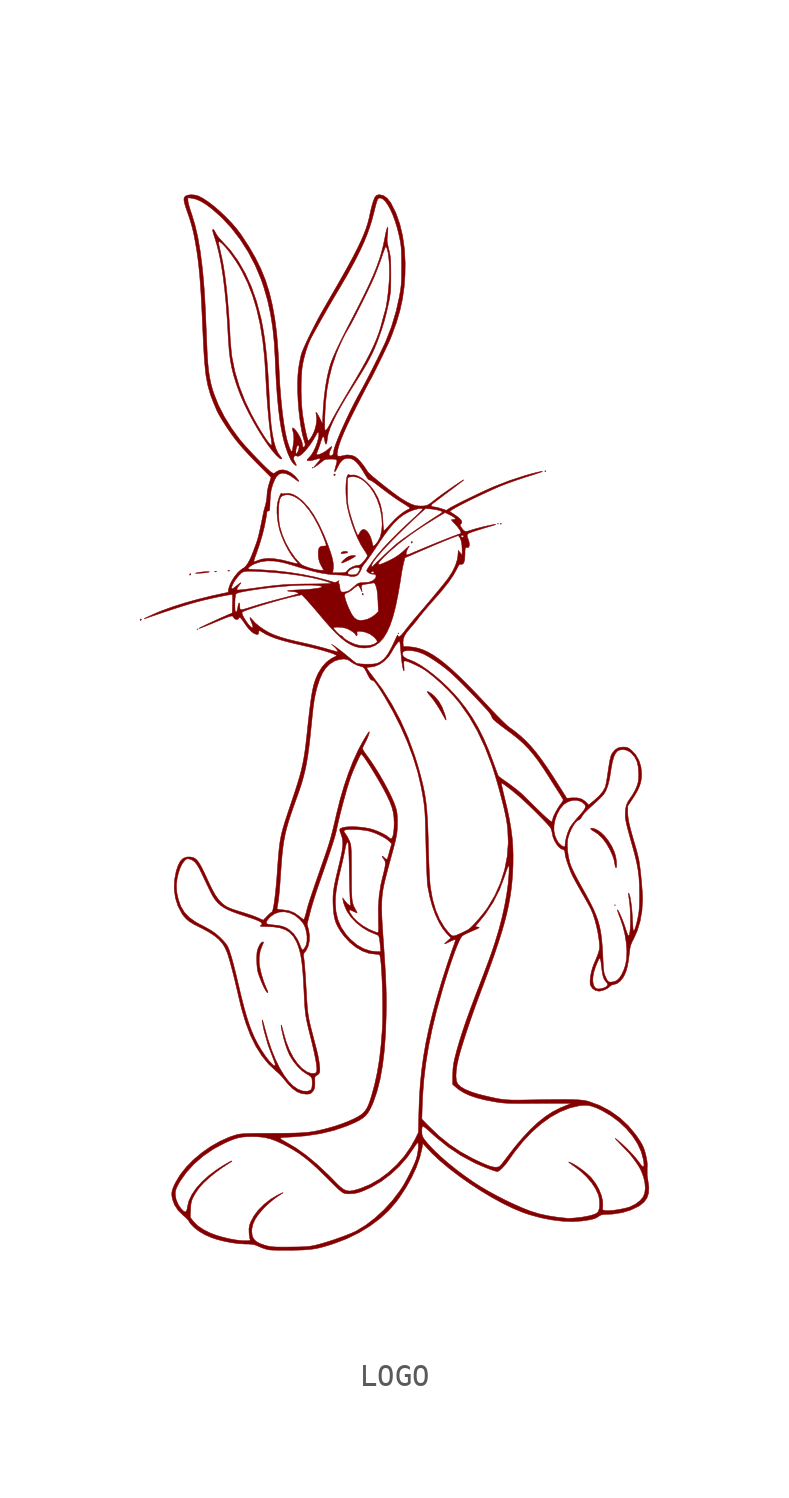
<source format=kicad_sym>
(kicad_symbol_lib
  (version 20220914)
  (generator "bitmap2component")
  (generator_version "9.0")
  (symbol "LOGO"
    (pin_names
      (offset 1.016))
    (property "Reference" "#G"
      (at 0 24.178 0)
      (effects (font (size 1.27 1.27)) hide))
    (symbol "LOGO_0_0"
      (polyline (pts (xy -4.588 -23.511) (xy -4.37 -23.507) (xy -4.085 -23.498) (xy -3.845 -23.482) (xy -3.631 -23.457) (xy -3.427 -23.421) (xy -3.215 -23.369) (xy -2.978 -23.3) (xy -2.698 -23.21) (xy -2.68 -23.204) (xy -2.125 -22.992) (xy -1.596 -22.732) (xy -1.102 -22.431) (xy -0.653 -22.096) (xy -0.256 -21.731) (xy 0.078 -21.344) (xy 0.207 -21.167) (xy 0.503 -20.719) (xy 0.756 -20.267) (xy 0.963 -19.821) (xy 1.117 -19.392) (xy 1.215 -18.99) (xy 1.257 -18.749) (xy 1.469 -18.984) (xy 1.676 -19.201) (xy 2.03 -19.531) (xy 2.435 -19.869) (xy 2.879 -20.208) (xy 3.35 -20.54) (xy 3.837 -20.857) (xy 4.327 -21.152) (xy 4.809 -21.415) (xy 5.272 -21.641) (xy 5.704 -21.82) (xy 5.997 -21.921) (xy 6.489 -22.057) (xy 6.983 -22.156) (xy 7.466 -22.216) (xy 7.921 -22.234) (xy 8.335 -22.208) (xy 8.57 -22.175) (xy 8.756 -22.142) (xy 8.895 -22.104) (xy 9.002 -22.058) (xy 9.091 -22.001) (xy 9.105 -21.991) (xy 9.191 -21.943) (xy 9.293 -21.919) (xy 9.44 -21.912) (xy 9.709 -21.9) (xy 10.127 -21.837) (xy 10.516 -21.721) (xy 10.861 -21.556) (xy 10.922 -21.519) (xy 11.114 -21.362) (xy 11.244 -21.18) (xy 11.315 -20.966) (xy 11.33 -20.712) (xy 11.29 -20.414) (xy 11.255 -20.176) (xy 11.254 -19.87) (xy 11.255 -19.858) (xy 11.26 -19.684) (xy 11.243 -19.508) (xy 11.2 -19.297) (xy 11.182 -19.224) (xy 11.137 -19.061) (xy 11.089 -18.927) (xy 11.027 -18.798) (xy 10.941 -18.654) (xy 10.822 -18.472) (xy 10.745 -18.363) (xy 10.409 -17.958) (xy 10.022 -17.602) (xy 9.594 -17.299) (xy 9.132 -17.056) (xy 8.644 -16.878) (xy 8.614 -16.869) (xy 8.523 -16.848) (xy 8.419 -16.83) (xy 8.297 -16.816) (xy 8.151 -16.805) (xy 7.974 -16.798) (xy 7.76 -16.793) (xy 7.504 -16.792) (xy 7.199 -16.793) (xy 6.838 -16.797) (xy 6.417 -16.803) (xy 5.928 -16.812) (xy 5.714 -16.816) (xy 5.439 -16.818) (xy 5.21 -16.816) (xy 5.012 -16.807) (xy 4.83 -16.79) (xy 4.646 -16.763) (xy 4.445 -16.724) (xy 4.21 -16.672) (xy 3.927 -16.605) (xy 3.705 -16.548) (xy 3.389 -16.446) (xy 3.131 -16.336) (xy 2.937 -16.22) (xy 2.811 -16.1) (xy 2.8 -16.085) (xy 2.751 -15.95) (xy 2.733 -15.756) (xy 2.745 -15.512) (xy 2.787 -15.225) (xy 2.859 -14.902) (xy 2.909 -14.718) (xy 2.999 -14.414) (xy 3.109 -14.064) (xy 3.235 -13.679) (xy 3.372 -13.272) (xy 3.518 -12.855) (xy 3.668 -12.44) (xy 3.817 -12.039) (xy 4.051 -11.418) (xy 4.27 -10.822) (xy 4.462 -10.28) (xy 4.628 -9.786) (xy 4.771 -9.332) (xy 4.892 -8.912) (xy 4.993 -8.52) (xy 5.076 -8.148) (xy 5.142 -7.79) (xy 5.193 -7.44) (xy 5.231 -7.091) (xy 5.257 -6.736) (xy 5.274 -6.368) (xy 5.276 -6.305) (xy 5.279 -5.889) (xy 5.266 -5.491) (xy 5.234 -5.096) (xy 5.181 -4.691) (xy 5.106 -4.261) (xy 5.006 -3.791) (xy 4.88 -3.268) (xy 4.85 -3.144) (xy 4.808 -2.966) (xy 4.776 -2.822) (xy 4.757 -2.724) (xy 4.754 -2.685) (xy 4.757 -2.684) (xy 4.803 -2.706) (xy 4.893 -2.765) (xy 5.014 -2.854) (xy 5.158 -2.964) (xy 5.312 -3.088) (xy 5.467 -3.216) (xy 5.612 -3.341) (xy 5.642 -3.368) (xy 5.808 -3.52) (xy 5.99 -3.692) (xy 6.177 -3.873) (xy 6.363 -4.057) (xy 6.537 -4.233) (xy 6.692 -4.394) (xy 6.819 -4.53) (xy 6.909 -4.634) (xy 6.955 -4.696) (xy 6.969 -4.728) (xy 6.999 -4.822) (xy 7.1 -4.822) (xy 7.102 -4.579) (xy 7.153 -4.318) (xy 7.247 -4.062) (xy 7.375 -3.833) (xy 7.529 -3.653) (xy 7.566 -3.621) (xy 7.746 -3.514) (xy 7.941 -3.461) (xy 8.135 -3.462) (xy 8.312 -3.517) (xy 8.456 -3.627) (xy 8.484 -3.665) (xy 8.505 -3.729) (xy 8.49 -3.804) (xy 8.436 -3.9) (xy 8.336 -4.026) (xy 8.188 -4.193) (xy 8.085 -4.31) (xy 7.964 -4.458) (xy 7.865 -4.591) (xy 7.803 -4.691) (xy 7.783 -4.734) (xy 7.713 -4.909) (xy 7.654 -5.101) (xy 7.613 -5.284) (xy 7.598 -5.428) (xy 7.597 -5.443) (xy 7.693 -5.443) (xy 7.708 -5.229) (xy 7.735 -5.108) (xy 7.794 -4.929) (xy 7.872 -4.751) (xy 7.961 -4.588) (xy 8.053 -4.455) (xy 8.141 -4.364) (xy 8.216 -4.33) (xy 8.231 -4.327) (xy 8.288 -4.276) (xy 8.345 -4.182) (xy 8.361 -4.152) (xy 8.452 -4.032) (xy 8.605 -3.874) (xy 8.819 -3.679) (xy 8.865 -3.638) (xy 9.017 -3.499) (xy 9.154 -3.368) (xy 9.262 -3.258) (xy 9.327 -3.183) (xy 9.406 -3.051) (xy 9.498 -2.819) (xy 9.573 -2.525) (xy 9.632 -2.163) (xy 9.649 -2.041) (xy 9.704 -1.749) (xy 9.771 -1.518) (xy 9.849 -1.354) (xy 9.937 -1.258) (xy 10.002 -1.225) (xy 10.16 -1.197) (xy 10.326 -1.222) (xy 10.475 -1.297) (xy 10.56 -1.368) (xy 10.704 -1.536) (xy 10.803 -1.736) (xy 10.858 -1.979) (xy 10.877 -2.276) (xy 10.877 -2.31) (xy 10.873 -2.484) (xy 10.858 -2.618) (xy 10.827 -2.741) (xy 10.776 -2.881) (xy 10.711 -3.022) (xy 10.613 -3.198) (xy 10.515 -3.346) (xy 10.514 -3.346) (xy 10.398 -3.519) (xy 10.325 -3.683) (xy 10.289 -3.865) (xy 10.279 -4.093) (xy 10.279 -4.118) (xy 10.282 -4.198) (xy 10.29 -4.28) (xy 10.304 -4.373) (xy 10.327 -4.487) (xy 10.36 -4.628) (xy 10.406 -4.806) (xy 10.467 -5.03) (xy 10.544 -5.307) (xy 10.639 -5.646) (xy 10.688 -5.824) (xy 10.78 -6.2) (xy 10.845 -6.547) (xy 10.888 -6.891) (xy 10.91 -7.258) (xy 10.916 -7.671) (xy 10.916 -7.816) (xy 10.912 -8.056) (xy 10.903 -8.249) (xy 10.888 -8.414) (xy 10.866 -8.567) (xy 10.834 -8.726) (xy 10.832 -8.737) (xy 10.775 -8.98) (xy 10.725 -9.151) (xy 10.681 -9.253) (xy 10.643 -9.286) (xy 10.638 -9.276) (xy 10.627 -9.207) (xy 10.616 -9.084) (xy 10.606 -8.92) (xy 10.597 -8.727) (xy 10.593 -8.647) (xy 10.577 -8.404) (xy 10.554 -8.171) (xy 10.526 -7.96) (xy 10.494 -7.784) (xy 10.461 -7.656) (xy 10.429 -7.589) (xy 10.424 -7.591) (xy 10.423 -7.642) (xy 10.433 -7.744) (xy 10.453 -7.882) (xy 10.461 -7.936) (xy 10.484 -8.144) (xy 10.5 -8.369) (xy 10.509 -8.602) (xy 10.511 -8.831) (xy 10.507 -9.043) (xy 10.495 -9.229) (xy 10.478 -9.376) (xy 10.454 -9.472) (xy 10.425 -9.507) (xy 10.416 -9.499) (xy 10.384 -9.439) (xy 10.342 -9.332) (xy 10.296 -9.193) (xy 10.292 -9.18) (xy 10.241 -9.027) (xy 10.18 -8.862) (xy 10.115 -8.699) (xy 10.051 -8.552) (xy 9.995 -8.434) (xy 9.952 -8.358) (xy 9.928 -8.338) (xy 9.928 -8.35) (xy 9.945 -8.417) (xy 9.982 -8.527) (xy 10.035 -8.665) (xy 10.051 -8.706) (xy 10.172 -9.065) (xy 10.263 -9.438) (xy 10.323 -9.812) (xy 10.349 -10.169) (xy 10.34 -10.495) (xy 10.294 -10.774) (xy 10.224 -10.994) (xy 10.13 -11.204) (xy 10.024 -11.371) (xy 9.914 -11.478) (xy 9.802 -11.534) (xy 9.651 -11.562) (xy 9.645 -11.562) (xy 9.568 -11.557) (xy 9.516 -11.532) (xy 9.47 -11.471) (xy 9.412 -11.358) (xy 9.381 -11.291) (xy 9.353 -11.218) (xy 9.332 -11.136) (xy 9.317 -11.034) (xy 9.304 -10.897) (xy 9.293 -10.713) (xy 9.281 -10.468) (xy 9.274 -10.319) (xy 9.252 -9.949) (xy 9.223 -9.626) (xy 9.185 -9.339) (xy 9.132 -9.075) (xy 9.062 -8.822) (xy 8.971 -8.568) (xy 8.856 -8.3) (xy 8.711 -8.008) (xy 8.535 -7.677) (xy 8.322 -7.297) (xy 8.302 -7.26) (xy 8.179 -7.037) (xy 8.064 -6.818) (xy 7.965 -6.62) (xy 7.888 -6.455) (xy 7.84 -6.34) (xy 7.806 -6.231) (xy 7.745 -5.969) (xy 7.707 -5.698) (xy 7.693 -5.443) (xy 7.597 -5.443) (xy 7.595 -5.496) (xy 7.574 -5.534) (xy 7.521 -5.524) (xy 7.422 -5.468) (xy 7.316 -5.37) (xy 7.22 -5.217) (xy 7.145 -5.03) (xy 7.101 -4.829) (xy 7.1 -4.822) (xy 6.999 -4.822) (xy 7.008 -4.849) (xy 7.034 -4.982) (xy 7.059 -5.097) (xy 7.123 -5.255) (xy 7.21 -5.406) (xy 7.311 -5.532) (xy 7.412 -5.62) (xy 7.505 -5.653) (xy 7.541 -5.665) (xy 7.583 -5.735) (xy 7.598 -5.857) (xy 7.6 -5.887) (xy 7.624 -5.999) (xy 7.669 -6.154) (xy 7.728 -6.333) (xy 7.796 -6.518) (xy 7.867 -6.693) (xy 7.934 -6.838) (xy 7.956 -6.881) (xy 8.028 -7.017) (xy 8.123 -7.19) (xy 8.232 -7.384) (xy 8.343 -7.58) (xy 8.393 -7.666) (xy 8.503 -7.862) (xy 8.606 -8.047) (xy 8.691 -8.203) (xy 8.748 -8.314) (xy 8.753 -8.323) (xy 8.842 -8.537) (xy 8.927 -8.801) (xy 9.004 -9.096) (xy 9.066 -9.399) (xy 9.109 -9.69) (xy 9.11 -9.697) (xy 9.125 -9.835) (xy 9.133 -9.946) (xy 9.13 -10.043) (xy 9.115 -10.141) (xy 9.083 -10.252) (xy 9.033 -10.39) (xy 8.96 -10.57) (xy 8.862 -10.803) (xy 8.815 -10.932) (xy 8.762 -11.13) (xy 8.725 -11.333) (xy 8.708 -11.516) (xy 8.709 -11.533) (xy 8.832 -11.533) (xy 8.836 -11.339) (xy 8.876 -11.119) (xy 8.952 -10.883) (xy 8.998 -10.766) (xy 9.065 -10.61) (xy 9.113 -10.523) (xy 9.149 -10.504) (xy 9.175 -10.553) (xy 9.197 -10.668) (xy 9.217 -10.85) (xy 9.236 -11.012) (xy 9.266 -11.206) (xy 9.303 -11.349) (xy 9.352 -11.456) (xy 9.415 -11.54) (xy 9.45 -11.579) (xy 9.497 -11.648) (xy 9.493 -11.699) (xy 9.442 -11.755) (xy 9.416 -11.774) (xy 9.3 -11.828) (xy 9.161 -11.861) (xy 9.038 -11.864) (xy 9.024 -11.861) (xy 8.927 -11.804) (xy 8.863 -11.691) (xy 8.832 -11.533) (xy 8.709 -11.533) (xy 8.715 -11.655) (xy 8.735 -11.72) (xy 8.821 -11.845) (xy 8.948 -11.933) (xy 9.097 -11.965) (xy 9.159 -11.96) (xy 9.321 -11.918) (xy 9.478 -11.843) (xy 9.595 -11.751) (xy 9.66 -11.698) (xy 9.736 -11.672) (xy 9.757 -11.671) (xy 9.907 -11.626) (xy 10.053 -11.517) (xy 10.184 -11.351) (xy 10.227 -11.275) (xy 10.306 -11.096) (xy 10.368 -10.881) (xy 10.418 -10.617) (xy 10.458 -10.293) (xy 10.471 -10.175) (xy 10.494 -10.022) (xy 10.528 -9.896) (xy 10.58 -9.77) (xy 10.659 -9.614) (xy 10.809 -9.281) (xy 10.94 -8.846) (xy 11.021 -8.374) (xy 11.048 -7.878) (xy 11.047 -7.779) (xy 11.037 -7.567) (xy 11.019 -7.314) (xy 10.996 -7.04) (xy 10.969 -6.764) (xy 10.94 -6.505) (xy 10.911 -6.281) (xy 10.883 -6.111) (xy 10.867 -6.035) (xy 10.825 -5.86) (xy 10.773 -5.661) (xy 10.718 -5.469) (xy 10.693 -5.383) (xy 10.599 -5.059) (xy 10.525 -4.793) (xy 10.47 -4.575) (xy 10.431 -4.396) (xy 10.405 -4.246) (xy 10.392 -4.117) (xy 10.387 -3.997) (xy 10.387 -3.715) (xy 10.614 -3.372) (xy 10.713 -3.217) (xy 10.835 -3.002) (xy 10.919 -2.812) (xy 10.972 -2.631) (xy 11 -2.44) (xy 11.007 -2.274) (xy 10.975 -1.964) (xy 10.885 -1.679) (xy 10.741 -1.428) (xy 10.549 -1.225) (xy 10.478 -1.168) (xy 10.389 -1.114) (xy 10.299 -1.091) (xy 10.178 -1.087) (xy 10.135 -1.089) (xy 9.963 -1.122) (xy 9.826 -1.207) (xy 9.703 -1.353) (xy 9.676 -1.397) (xy 9.647 -1.462) (xy 9.62 -1.551) (xy 9.593 -1.672) (xy 9.564 -1.835) (xy 9.529 -2.052) (xy 9.488 -2.331) (xy 9.474 -2.423) (xy 9.446 -2.593) (xy 9.418 -2.738) (xy 9.396 -2.834) (xy 9.379 -2.884) (xy 9.276 -3.071) (xy 9.109 -3.27) (xy 8.882 -3.475) (xy 8.645 -3.666) (xy 8.534 -3.545) (xy 8.501 -3.512) (xy 8.344 -3.405) (xy 8.148 -3.352) (xy 7.906 -3.35) (xy 7.673 -3.368) (xy 7.206 -2.629) (xy 7.063 -2.405) (xy 6.791 -1.993) (xy 6.541 -1.636) (xy 6.304 -1.325) (xy 6.076 -1.053) (xy 5.848 -0.812) (xy 5.614 -0.595) (xy 5.366 -0.392) (xy 5.099 -0.197) (xy 5.096 -0.195) (xy 5.015 -0.128) (xy 4.894 -0.015) (xy 4.741 0.134) (xy 4.566 0.311) (xy 4.377 0.508) (xy 4.182 0.716) (xy 4.058 0.849) (xy 3.627 1.306) (xy 3.236 1.708) (xy 2.881 2.058) (xy 2.557 2.36) (xy 2.261 2.616) (xy 1.988 2.829) (xy 1.735 3.003) (xy 1.498 3.141) (xy 1.272 3.245) (xy 1.054 3.318) (xy 0.839 3.364) (xy 0.624 3.385) (xy 0.385 3.395) (xy 0.374 3.572) (xy 0.374 3.578) (xy 0.385 3.724) (xy 0.439 3.872) (xy 0.541 4.033) (xy 0.7 4.221) (xy 0.776 4.308) (xy 0.895 4.451) (xy 1.003 4.588) (xy 1.116 4.736) (xy 1.256 4.909) (xy 1.423 5.107) (xy 1.624 5.339) (xy 1.869 5.614) (xy 2.142 5.931) (xy 2.406 6.266) (xy 2.611 6.564) (xy 2.759 6.827) (xy 2.762 6.833) (xy 2.827 6.96) (xy 2.874 7.032) (xy 2.916 7.061) (xy 2.961 7.06) (xy 2.987 7.056) (xy 3.052 7.08) (xy 3.096 7.161) (xy 3.123 7.304) (xy 3.134 7.514) (xy 3.136 7.647) (xy 3.143 7.744) (xy 3.156 7.793) (xy 3.18 7.807) (xy 3.22 7.801) (xy 3.231 7.798) (xy 3.298 7.817) (xy 3.331 7.888) (xy 3.329 8.003) (xy 3.289 8.147) (xy 3.256 8.235) (xy 3.232 8.316) (xy 3.235 8.375) (xy 3.274 8.422) (xy 3.357 8.465) (xy 3.492 8.514) (xy 3.689 8.577) (xy 3.711 8.584) (xy 3.905 8.645) (xy 4.088 8.701) (xy 4.239 8.746) (xy 4.341 8.775) (xy 4.404 8.792) (xy 4.478 8.819) (xy 4.5 8.837) (xy 4.498 8.838) (xy 4.449 8.835) (xy 4.345 8.817) (xy 4.203 8.787) (xy 4.035 8.75) (xy 3.859 8.707) (xy 3.687 8.663) (xy 3.535 8.621) (xy 3.419 8.585) (xy 3.317 8.551) (xy 3.205 8.525) (xy 3.127 8.533) (xy 3.065 8.578) (xy 2.997 8.665) (xy 2.961 8.717) (xy 2.922 8.785) (xy 2.92 8.826) (xy 2.953 8.858) (xy 2.965 8.868) (xy 2.996 8.94) (xy 2.961 9.03) (xy 2.861 9.135) (xy 2.699 9.252) (xy 2.672 9.269) (xy 2.564 9.339) (xy 2.488 9.391) (xy 2.459 9.415) (xy 2.459 9.416) (xy 2.494 9.449) (xy 2.586 9.508) (xy 2.724 9.589) (xy 2.9 9.685) (xy 3.105 9.791) (xy 3.328 9.904) (xy 3.56 10.016) (xy 3.648 10.058) (xy 3.945 10.198) (xy 4.2 10.317) (xy 4.423 10.418) (xy 4.625 10.507) (xy 4.819 10.587) (xy 5.015 10.662) (xy 5.224 10.738) (xy 5.458 10.819) (xy 5.729 10.909) (xy 6.047 11.011) (xy 6.423 11.132) (xy 6.472 11.148) (xy 6.562 11.181) (xy 6.588 11.198) (xy 6.554 11.198) (xy 6.465 11.182) (xy 6.327 11.151) (xy 6.145 11.105) (xy 5.802 11.009) (xy 5.111 10.784) (xy 4.423 10.517) (xy 4.364 10.492) (xy 4.182 10.411) (xy 3.967 10.313) (xy 3.732 10.203) (xy 3.486 10.085) (xy 3.242 9.967) (xy 3.01 9.853) (xy 2.801 9.748) (xy 2.625 9.657) (xy 2.494 9.587) (xy 2.42 9.541) (xy 2.308 9.462) (xy 2.078 9.539) (xy 1.962 9.575) (xy 1.837 9.605) (xy 1.752 9.617) (xy 1.736 9.617) (xy 1.654 9.639) (xy 1.627 9.684) (xy 1.664 9.739) (xy 1.683 9.753) (xy 1.76 9.812) (xy 1.878 9.901) (xy 2.026 10.013) (xy 2.192 10.138) (xy 2.365 10.268) (xy 2.533 10.395) (xy 2.684 10.509) (xy 2.808 10.602) (xy 2.857 10.639) (xy 2.983 10.736) (xy 3.059 10.798) (xy 3.081 10.823) (xy 3.046 10.807) (xy 3.043 10.805) (xy 2.943 10.743) (xy 2.8 10.649) (xy 2.626 10.531) (xy 2.438 10.4) (xy 2.248 10.267) (xy 2.072 10.141) (xy 1.925 10.032) (xy 1.819 9.951) (xy 1.675 9.836) (xy 1.559 9.751) (xy 1.467 9.698) (xy 1.382 9.669) (xy 1.286 9.658) (xy 1.163 9.655) (xy 1.039 9.66) (xy 0.888 9.688) (xy 0.729 9.744) (xy 0.547 9.836) (xy 0.325 9.969) (xy 0.288 9.992) (xy 0.156 10.084) (xy -0.006 10.202) (xy -0.189 10.339) (xy -0.381 10.487) (xy -0.574 10.639) (xy -0.757 10.787) (xy -0.921 10.922) (xy -1.056 11.038) (xy -1.151 11.125) (xy -1.197 11.177) (xy -1.248 11.26) (xy -1.383 11.457) (xy -1.521 11.63) (xy -1.652 11.767) (xy -1.762 11.852) (xy -1.914 11.912) (xy -2.125 11.934) (xy -2.329 11.893) (xy -2.418 11.873) (xy -2.505 11.877) (xy -2.511 11.879) (xy -2.551 11.905) (xy -2.563 11.958) (xy -2.553 12.06) (xy -2.518 12.231) (xy -2.457 12.433) (xy -2.37 12.671) (xy -2.253 12.95) (xy -2.105 13.276) (xy -1.923 13.653) (xy -1.704 14.088) (xy -1.595 14.3) (xy -1.467 14.551) (xy -1.351 14.775) (xy -1.253 14.965) (xy -1.176 15.113) (xy -1.123 15.211) (xy -1.101 15.251) (xy -1.099 15.254) (xy -1.063 15.314) (xy -1.003 15.428) (xy -0.922 15.586) (xy -0.827 15.776) (xy -0.722 15.987) (xy -0.613 16.209) (xy -0.506 16.429) (xy -0.405 16.639) (xy -0.317 16.825) (xy -0.247 16.978) (xy -0.2 17.086) (xy -0.134 17.249) (xy 0.073 17.812) (xy 0.231 18.347) (xy 0.347 18.873) (xy 0.422 19.407) (xy 0.463 19.968) (xy 0.47 20.49) (xy 0.436 21.113) (xy 0.354 21.695) (xy 0.227 22.231) (xy 0.054 22.718) (xy -0.163 23.15) (xy -0.196 23.203) (xy -0.343 23.383) (xy -0.502 23.492) (xy -0.671 23.528) (xy -0.704 23.527) (xy -0.8 23.503) (xy -0.867 23.435) (xy -0.891 23.392) (xy -0.945 23.256) (xy -1.004 23.066) (xy -1.063 22.834) (xy -1.119 22.574) (xy -1.141 22.475) (xy -1.2 22.25) (xy -1.277 22.011) (xy -1.377 21.752) (xy -1.5 21.468) (xy -1.651 21.151) (xy -1.831 20.798) (xy -2.044 20.401) (xy -2.293 19.955) (xy -2.579 19.454) (xy -2.63 19.366) (xy -2.775 19.115) (xy -2.929 18.848) (xy -3.077 18.591) (xy -3.204 18.371) (xy -3.281 18.235) (xy -3.419 17.983) (xy -3.559 17.715) (xy -3.698 17.442) (xy -3.829 17.176) (xy -3.946 16.928) (xy -4.044 16.709) (xy -4.118 16.532) (xy -4.161 16.407) (xy -4.179 16.334) (xy -4.213 16.177) (xy -4.248 15.991) (xy -4.279 15.802) (xy -4.284 15.767) (xy -4.312 15.475) (xy -4.324 15.128) (xy -4.322 14.794) (xy -4.167 14.794) (xy -4.165 15.135) (xy -4.153 15.455) (xy -4.132 15.739) (xy -4.101 15.967) (xy -4.039 16.25) (xy -3.953 16.561) (xy -3.855 16.848) (xy -3.752 17.086) (xy -3.725 17.14) (xy -3.639 17.302) (xy -3.526 17.509) (xy -3.392 17.75) (xy -3.244 18.013) (xy -3.09 18.284) (xy -2.935 18.553) (xy -2.788 18.806) (xy -2.654 19.032) (xy -2.418 19.429) (xy -2.139 19.909) (xy -1.898 20.343) (xy -1.689 20.737) (xy -1.51 21.1) (xy -1.356 21.439) (xy -1.225 21.761) (xy -1.114 22.073) (xy -1.017 22.383) (xy -0.933 22.699) (xy -0.923 22.74) (xy -0.866 22.967) (xy -0.822 23.133) (xy -0.786 23.247) (xy -0.754 23.32) (xy -0.723 23.36) (xy -0.689 23.378) (xy -0.647 23.381) (xy -0.545 23.349) (xy -0.431 23.251) (xy -0.313 23.093) (xy -0.195 22.884) (xy -0.08 22.629) (xy 0.028 22.335) (xy 0.126 22.011) (xy 0.21 21.661) (xy 0.222 21.601) (xy 0.252 21.452) (xy 0.274 21.317) (xy 0.289 21.183) (xy 0.299 21.034) (xy 0.305 20.856) (xy 0.308 20.634) (xy 0.309 20.353) (xy 0.309 20.239) (xy 0.308 19.981) (xy 0.305 19.774) (xy 0.297 19.603) (xy 0.285 19.452) (xy 0.266 19.304) (xy 0.24 19.145) (xy 0.206 18.958) (xy 0.069 18.345) (xy -0.139 17.649) (xy -0.392 16.998) (xy -0.402 16.976) (xy -0.49 16.785) (xy -0.604 16.548) (xy -0.735 16.278) (xy -0.879 15.99) (xy -1.026 15.697) (xy -1.171 15.414) (xy -1.305 15.155) (xy -1.423 14.934) (xy -1.516 14.765) (xy -1.539 14.725) (xy -1.676 14.475) (xy -1.82 14.199) (xy -1.965 13.908) (xy -2.108 13.609) (xy -2.245 13.313) (xy -2.373 13.029) (xy -2.486 12.764) (xy -2.58 12.528) (xy -2.653 12.331) (xy -2.7 12.18) (xy -2.716 12.086) (xy -2.728 12.004) (xy -2.76 11.937) (xy -2.786 11.916) (xy -2.853 11.893) (xy -2.87 11.894) (xy -2.916 11.933) (xy -2.914 12.019) (xy -2.866 12.144) (xy -2.838 12.2) (xy -2.8 12.286) (xy -2.804 12.312) (xy -2.852 12.282) (xy -2.948 12.197) (xy -2.979 12.17) (xy -3.089 12.09) (xy -3.211 12.019) (xy -3.329 11.965) (xy -3.422 11.936) (xy -3.474 11.941) (xy -3.478 11.962) (xy -3.461 12.036) (xy -3.423 12.139) (xy -3.394 12.21) (xy -3.337 12.369) (xy -3.289 12.524) (xy -3.241 12.667) (xy -3.2 12.743) (xy -3.165 12.749) (xy -3.139 12.683) (xy -3.124 12.611) (xy -3.101 12.498) (xy -3.092 12.463) (xy -3.066 12.41) (xy -3.041 12.425) (xy -3.018 12.501) (xy -3.003 12.636) (xy -3.001 12.656) (xy -2.964 12.859) (xy -2.885 13.104) (xy -2.764 13.392) (xy -2.599 13.727) (xy -2.39 14.11) (xy -2.134 14.544) (xy -1.831 15.031) (xy -1.777 15.117) (xy -1.564 15.457) (xy -1.385 15.75) (xy -1.236 16.006) (xy -1.11 16.237) (xy -1.001 16.454) (xy -0.903 16.666) (xy -0.812 16.886) (xy -0.721 17.123) (xy -0.716 17.137) (xy -0.579 17.523) (xy -0.465 17.892) (xy -0.365 18.275) (xy -0.269 18.701) (xy -0.238 18.852) (xy -0.212 19.002) (xy -0.193 19.144) (xy -0.18 19.293) (xy -0.173 19.465) (xy -0.17 19.679) (xy -0.168 19.949) (xy -0.169 20.158) (xy -0.171 20.382) (xy -0.177 20.558) (xy -0.187 20.7) (xy -0.202 20.823) (xy -0.224 20.941) (xy -0.253 21.069) (xy -0.254 21.071) (xy -0.294 21.236) (xy -0.32 21.354) (xy -0.332 21.447) (xy -0.334 21.541) (xy -0.326 21.657) (xy -0.311 21.821) (xy -0.303 21.936) (xy -0.301 22.042) (xy -0.311 22.08) (xy -0.331 22.054) (xy -0.359 21.965) (xy -0.395 21.817) (xy -0.435 21.612) (xy -0.465 21.46) (xy -0.525 21.187) (xy -0.596 20.917) (xy -0.681 20.643) (xy -0.782 20.357) (xy -0.902 20.053) (xy -1.046 19.722) (xy -1.215 19.358) (xy -1.412 18.953) (xy -1.641 18.499) (xy -1.904 17.99) (xy -2.071 17.668) (xy -2.277 17.264) (xy -2.45 16.915) (xy -2.593 16.616) (xy -2.707 16.363) (xy -2.795 16.149) (xy -2.859 15.971) (xy -2.908 15.807) (xy -2.998 15.435) (xy -3.074 15.012) (xy -3.135 14.553) (xy -3.179 14.071) (xy -3.204 13.581) (xy -3.212 13.306) (xy -3.328 13.549) (xy -3.334 13.563) (xy -3.403 13.696) (xy -3.459 13.786) (xy -3.496 13.827) (xy -3.511 13.813) (xy -3.498 13.74) (xy -3.486 13.682) (xy -3.475 13.489) (xy -3.496 13.298) (xy -3.12 13.298) (xy -3.116 13.477) (xy -3.108 13.719) (xy -3.08 14.244) (xy -3.017 14.829) (xy -2.919 15.377) (xy -2.784 15.904) (xy -2.608 16.426) (xy -2.543 16.59) (xy -2.428 16.856) (xy -2.304 17.121) (xy -2.181 17.36) (xy -2.069 17.552) (xy -2.041 17.6) (xy -1.961 17.741) (xy -1.859 17.932) (xy -1.74 18.16) (xy -1.611 18.414) (xy -1.475 18.683) (xy -1.341 18.955) (xy -1.212 19.218) (xy -1.096 19.462) (xy -0.998 19.673) (xy -0.923 19.841) (xy -0.913 19.866) (xy -0.819 20.097) (xy -0.722 20.347) (xy -0.633 20.586) (xy -0.564 20.787) (xy -0.56 20.798) (xy -0.505 20.96) (xy -0.455 21.093) (xy -0.417 21.183) (xy -0.395 21.216) (xy -0.394 21.216) (xy -0.357 21.18) (xy -0.322 21.082) (xy -0.29 20.933) (xy -0.264 20.745) (xy -0.244 20.529) (xy -0.231 20.297) (xy -0.228 20.059) (xy -0.234 19.827) (xy -0.237 19.769) (xy -0.258 19.485) (xy -0.285 19.2) (xy -0.317 18.93) (xy -0.352 18.689) (xy -0.388 18.491) (xy -0.422 18.353) (xy -0.436 18.308) (xy -0.475 18.173) (xy -0.521 18.006) (xy -0.566 17.831) (xy -0.623 17.623) (xy -0.708 17.358) (xy -0.81 17.085) (xy -0.935 16.796) (xy -1.085 16.483) (xy -1.263 16.139) (xy -1.474 15.758) (xy -1.72 15.331) (xy -2.005 14.852) (xy -2.09 14.71) (xy -2.252 14.437) (xy -2.407 14.171) (xy -2.549 13.925) (xy -2.671 13.708) (xy -2.768 13.531) (xy -2.832 13.407) (xy -2.871 13.328) (xy -2.959 13.165) (xy -3.027 13.065) (xy -3.073 13.03) (xy -3.087 13.033) (xy -3.103 13.051) (xy -3.114 13.095) (xy -3.119 13.174) (xy -3.12 13.298) (xy -3.496 13.298) (xy -3.499 13.273) (xy -3.554 13.063) (xy -3.57 13.019) (xy -3.631 12.877) (xy -3.699 12.748) (xy -3.764 12.646) (xy -3.818 12.584) (xy -3.853 12.576) (xy -3.868 12.605) (xy -3.899 12.701) (xy -3.936 12.848) (xy -3.977 13.036) (xy -4.02 13.25) (xy -4.061 13.479) (xy -4.098 13.709) (xy -4.114 13.832) (xy -4.141 14.126) (xy -4.159 14.452) (xy -4.167 14.794) (xy -4.322 14.794) (xy -4.321 14.742) (xy -4.302 14.333) (xy -4.269 13.917) (xy -4.221 13.508) (xy -4.214 13.457) (xy -4.176 13.203) (xy -4.141 12.998) (xy -4.103 12.82) (xy -4.057 12.649) (xy -4 12.464) (xy -3.985 12.389) (xy -4.006 12.309) (xy -4.006 12.309) (xy -4.058 12.276) (xy -4.096 12.309) (xy -4.111 12.399) (xy -4.126 12.491) (xy -4.172 12.621) (xy -4.241 12.765) (xy -4.322 12.905) (xy -4.407 13.025) (xy -4.484 13.109) (xy -4.546 13.14) (xy -4.555 13.129) (xy -4.552 13.066) (xy -4.527 12.966) (xy -4.495 12.809) (xy -4.492 12.608) (xy -4.516 12.402) (xy -4.542 12.222) (xy -4.566 12.113) (xy -4.588 12.076) (xy -4.595 12.08) (xy -4.629 12.132) (xy -4.675 12.234) (xy -4.725 12.369) (xy -4.774 12.521) (xy -4.816 12.679) (xy -4.876 12.966) (xy -4.934 13.308) (xy -4.987 13.696) (xy -5.036 14.118) (xy -5.078 14.565) (xy -5.113 15.026) (xy -5.138 15.49) (xy -5.153 15.81) (xy -5.176 16.241) (xy -5.198 16.616) (xy -5.222 16.946) (xy -5.247 17.241) (xy -5.276 17.511) (xy -5.308 17.766) (xy -5.344 18.018) (xy -5.451 18.613) (xy -5.586 19.176) (xy -5.752 19.704) (xy -5.957 20.212) (xy -6.205 20.715) (xy -6.503 21.229) (xy -6.856 21.766) (xy -6.869 21.784) (xy -7.058 22.031) (xy -7.282 22.288) (xy -7.53 22.544) (xy -7.791 22.79) (xy -8.053 23.016) (xy -8.307 23.211) (xy -8.541 23.366) (xy -8.744 23.471) (xy -8.748 23.473) (xy -8.896 23.513) (xy -9.059 23.526) (xy -9.207 23.512) (xy -9.315 23.471) (xy -9.318 23.469) (xy -9.364 23.423) (xy -9.388 23.36) (xy -9.388 23.271) (xy -9.386 23.266) (xy -9.213 23.266) (xy -9.213 23.392) (xy -9.032 23.37) (xy -8.846 23.327) (xy -8.64 23.238) (xy -8.409 23.097) (xy -8.145 22.901) (xy -7.707 22.513) (xy -7.276 22.048) (xy -6.878 21.53) (xy -6.52 20.97) (xy -6.209 20.375) (xy -5.95 19.757) (xy -5.824 19.388) (xy -5.66 18.817) (xy -5.531 18.224) (xy -5.433 17.599) (xy -5.364 16.928) (xy -5.323 16.2) (xy -5.308 15.828) (xy -5.273 15.146) (xy -5.229 14.532) (xy -5.177 13.98) (xy -5.115 13.486) (xy -5.043 13.046) (xy -4.96 12.655) (xy -4.865 12.31) (xy -4.782 12.074) (xy -4.405 12.074) (xy -4.4 12.146) (xy -4.375 12.254) (xy -4.337 12.337) (xy -4.295 12.37) (xy -4.267 12.345) (xy -4.259 12.273) (xy -4.275 12.175) (xy -4.314 12.074) (xy -4.339 12.028) (xy -4.378 11.975) (xy -4.399 11.99) (xy -4.405 12.074) (xy -4.782 12.074) (xy -4.759 12.006) (xy -4.639 11.739) (xy -4.623 11.709) (xy -4.556 11.607) (xy -4.484 11.523) (xy -4.42 11.47) (xy -4.379 11.465) (xy -4.38 11.477) (xy -4.404 11.537) (xy -4.45 11.629) (xy -4.494 11.718) (xy -4.51 11.79) (xy -4.491 11.846) (xy -4.455 11.89) (xy -4.408 11.9) (xy -4.324 11.874) (xy -4.308 11.87) (xy -4.231 11.896) (xy -4.127 11.974) (xy -4.006 12.095) (xy -3.875 12.249) (xy -3.742 12.427) (xy -3.616 12.62) (xy -3.504 12.819) (xy -3.458 12.901) (xy -3.412 12.95) (xy -3.386 12.928) (xy -3.377 12.835) (xy -3.393 12.688) (xy -3.444 12.492) (xy -3.521 12.285) (xy -3.616 12.086) (xy -3.719 11.919) (xy -3.821 11.803) (xy -3.837 11.789) (xy -3.891 11.73) (xy -3.901 11.695) (xy -3.882 11.683) (xy -3.795 11.673) (xy -3.666 11.691) (xy -3.515 11.734) (xy -3.514 11.735) (xy -3.388 11.771) (xy -3.324 11.768) (xy -3.321 11.726) (xy -3.381 11.644) (xy -3.381 11.644) (xy -3.466 11.547) (xy -3.543 11.454) (xy -3.615 11.364) (xy -3.501 11.436) (xy -3.467 11.457) (xy -3.357 11.538) (xy -3.247 11.626) (xy -3.223 11.646) (xy -3.15 11.701) (xy -3.078 11.731) (xy -2.982 11.743) (xy -2.839 11.746) (xy -2.813 11.746) (xy -2.676 11.742) (xy -2.598 11.722) (xy -2.57 11.672) (xy -2.581 11.58) (xy -2.624 11.43) (xy -2.63 11.41) (xy -2.667 11.269) (xy -2.676 11.193) (xy -2.659 11.182) (xy -2.618 11.238) (xy -2.554 11.363) (xy -2.544 11.384) (xy -2.441 11.571) (xy -2.335 11.694) (xy -2.218 11.762) (xy -2.08 11.782) (xy -2.057 11.782) (xy -1.935 11.762) (xy -1.82 11.707) (xy -1.704 11.61) (xy -1.58 11.466) (xy -1.443 11.266) (xy -1.284 11.006) (xy -1.219 10.906) (xy -1.159 10.835) (xy -1.119 10.815) (xy -1.115 10.816) (xy -1.06 10.796) (xy -0.969 10.742) (xy -0.859 10.663) (xy -0.524 10.406) (xy -0.205 10.168) (xy 0.069 9.975) (xy 0.294 9.828) (xy 0.425 9.746) (xy 0.557 9.663) (xy 0.639 9.605) (xy 0.676 9.567) (xy 0.676 9.541) (xy 0.643 9.519) (xy 0.586 9.494) (xy 0.57 9.487) (xy 0.402 9.389) (xy 0.208 9.241) (xy 0.003 9.053) (xy -0.202 8.837) (xy -0.28 8.75) (xy -0.375 8.648) (xy -0.445 8.578) (xy -0.478 8.552) (xy -0.479 8.553) (xy -0.49 8.591) (xy -0.502 8.688) (xy -0.514 8.83) (xy -0.523 9.002) (xy -0.555 9.359) (xy -0.629 9.709) (xy -0.748 10.027) (xy -0.918 10.33) (xy -0.926 10.342) (xy -1.083 10.549) (xy -1.258 10.73) (xy -1.439 10.876) (xy -1.617 10.981) (xy -1.78 11.036) (xy -1.918 11.035) (xy -1.972 11.03) (xy -2.039 11.05) (xy -2.064 11.059) (xy -2.101 11.022) (xy -2.131 10.928) (xy -2.153 10.789) (xy -2.167 10.614) (xy -2.171 10.437) (xy -2.107 10.437) (xy -2.105 10.622) (xy -2.1 10.773) (xy -2.094 10.877) (xy -2.085 10.921) (xy -2.071 10.929) (xy -2 10.949) (xy -1.895 10.965) (xy -1.846 10.968) (xy -1.655 10.936) (xy -1.461 10.841) (xy -1.27 10.688) (xy -1.089 10.487) (xy -0.925 10.243) (xy -0.785 9.963) (xy -0.674 9.655) (xy -0.625 9.46) (xy -0.571 9.135) (xy -0.556 8.823) (xy -0.579 8.537) (xy -0.638 8.289) (xy -0.734 8.093) (xy -0.767 8.047) (xy -0.859 7.932) (xy -0.927 7.875) (xy -0.966 7.881) (xy -0.969 7.887) (xy -0.987 7.951) (xy -1.006 8.049) (xy -1.016 8.098) (xy -1.059 8.23) (xy -1.116 8.361) (xy -1.206 8.503) (xy -1.306 8.591) (xy -1.402 8.613) (xy -1.489 8.567) (xy -1.562 8.451) (xy -1.574 8.423) (xy -1.615 8.361) (xy -1.646 8.353) (xy -1.668 8.389) (xy -1.712 8.489) (xy -1.768 8.635) (xy -1.831 8.812) (xy -1.895 9.005) (xy -1.955 9.198) (xy -2.006 9.378) (xy -2.029 9.467) (xy -2.061 9.611) (xy -2.083 9.749) (xy -2.097 9.899) (xy -2.104 10.083) (xy -2.107 10.32) (xy -2.107 10.437) (xy -2.171 10.437) (xy -2.172 10.415) (xy -2.168 10.201) (xy -2.155 9.983) (xy -2.132 9.772) (xy -2.099 9.579) (xy -2.098 9.575) (xy -2.013 9.23) (xy -1.906 8.878) (xy -1.782 8.535) (xy -1.648 8.218) (xy -1.51 7.942) (xy -1.375 7.723) (xy -1.361 7.703) (xy -1.285 7.588) (xy -1.232 7.494) (xy -1.211 7.439) (xy -1.231 7.39) (xy -1.287 7.302) (xy -1.367 7.199) (xy -1.39 7.172) (xy -1.483 7.075) (xy -1.558 7.025) (xy -1.633 7.011) (xy -1.742 6.995) (xy -1.889 6.941) (xy -2.023 6.863) (xy -2.112 6.775) (xy -2.132 6.747) (xy -2.17 6.71) (xy -2.226 6.691) (xy -2.085 6.691) (xy -2.078 6.716) (xy -2.014 6.791) (xy -1.909 6.856) (xy -1.786 6.902) (xy -1.667 6.92) (xy -1.577 6.899) (xy -1.548 6.868) (xy -1.554 6.819) (xy -1.599 6.731) (xy -1.652 6.652) (xy -1.718 6.605) (xy -1.82 6.589) (xy -1.906 6.585) (xy -2.019 6.595) (xy -2.076 6.629) (xy -2.085 6.691) (xy -2.226 6.691) (xy -2.227 6.69) (xy -2.32 6.682) (xy -2.468 6.68) (xy -2.761 6.68) (xy -2.737 6.844) (xy -2.728 6.985) (xy -2.744 7.158) (xy -2.788 7.364) (xy -2.864 7.614) (xy -2.972 7.918) (xy -3.162 8.39) (xy -3.384 8.865) (xy -3.611 9.267) (xy -3.842 9.596) (xy -4.078 9.853) (xy -4.15 9.918) (xy -4.358 10.079) (xy -4.545 10.178) (xy -4.719 10.219) (xy -4.889 10.207) (xy -4.898 10.205) (xy -4.998 10.194) (xy -5.04 10.217) (xy -5.044 10.224) (xy -5.068 10.207) (xy -5.104 10.14) (xy -5.146 10.037) (xy -5.186 9.912) (xy -5.219 9.783) (xy -5.242 9.597) (xy -5.242 9.456) (xy -5.173 9.456) (xy -5.164 9.684) (xy -5.141 9.868) (xy -5.124 9.943) (xy -5.069 10.059) (xy -4.979 10.125) (xy -4.836 10.157) (xy -4.664 10.149) (xy -4.458 10.075) (xy -4.245 9.937) (xy -4.03 9.737) (xy -3.817 9.48) (xy -3.609 9.169) (xy -3.412 8.809) (xy -3.385 8.755) (xy -3.307 8.587) (xy -3.23 8.408) (xy -3.159 8.234) (xy -3.101 8.08) (xy -3.061 7.962) (xy -3.047 7.894) (xy -3.049 7.889) (xy -3.095 7.873) (xy -3.182 7.869) (xy -3.228 7.868) (xy -3.321 7.838) (xy -3.378 7.763) (xy -3.404 7.635) (xy -3.402 7.445) (xy -3.389 7.317) (xy -3.349 7.157) (xy -3.272 6.995) (xy -3.156 6.79) (xy -3.276 6.792) (xy -3.287 6.793) (xy -3.434 6.809) (xy -3.61 6.846) (xy -3.794 6.898) (xy -3.966 6.957) (xy -4.107 7.018) (xy -4.195 7.074) (xy -4.202 7.082) (xy -4.439 7.345) (xy -4.66 7.661) (xy -4.854 8.01) (xy -5.009 8.373) (xy -5.116 8.729) (xy -5.125 8.769) (xy -5.153 8.971) (xy -5.169 9.209) (xy -5.173 9.456) (xy -5.242 9.456) (xy -5.243 9.356) (xy -5.222 9.091) (xy -5.181 8.823) (xy -5.122 8.576) (xy -5.032 8.309) (xy -4.895 7.99) (xy -4.736 7.687) (xy -4.565 7.418) (xy -4.392 7.203) (xy -4.342 7.147) (xy -4.319 7.107) (xy -4.338 7.09) (xy -4.406 7.096) (xy -4.53 7.125) (xy -4.717 7.175) (xy -5.001 7.246) (xy -5.356 7.306) (xy -5.662 7.321) (xy -5.921 7.29) (xy -6.14 7.213) (xy -6.151 7.208) (xy -6.229 7.178) (xy -6.272 7.177) (xy -6.274 7.196) (xy -6.259 7.268) (xy -6.225 7.37) (xy -6.185 7.473) (xy -6.032 7.912) (xy -5.902 8.347) (xy -5.799 8.759) (xy -5.729 9.128) (xy -5.727 9.143) (xy -5.708 9.272) (xy -5.694 9.369) (xy -5.689 9.413) (xy -5.68 9.424) (xy -5.625 9.434) (xy -5.623 9.434) (xy -5.595 9.442) (xy -5.577 9.475) (xy -5.565 9.544) (xy -5.558 9.663) (xy -5.553 9.842) (xy -5.539 10.114) (xy -5.501 10.376) (xy -5.434 10.614) (xy -5.333 10.851) (xy -5.271 10.957) (xy -5.156 11.073) (xy -5.018 11.122) (xy -4.856 11.105) (xy -4.668 11.02) (xy -4.45 10.869) (xy -4.341 10.787) (xy -4.278 10.752) (xy -4.267 10.768) (xy -4.309 10.834) (xy -4.405 10.948) (xy -4.434 10.98) (xy -4.606 11.127) (xy -4.788 11.224) (xy -4.968 11.267) (xy -5.135 11.253) (xy -5.276 11.179) (xy -5.304 11.155) (xy -5.366 11.114) (xy -5.417 11.115) (xy -5.49 11.156) (xy -5.543 11.196) (xy -5.648 11.289) (xy -5.785 11.42) (xy -5.946 11.581) (xy -6.122 11.761) (xy -6.304 11.951) (xy -6.482 12.142) (xy -6.649 12.324) (xy -6.793 12.489) (xy -6.908 12.627) (xy -7.269 13.118) (xy -7.588 13.632) (xy -7.853 14.151) (xy -8.056 14.66) (xy -8.122 14.867) (xy -8.189 15.117) (xy -8.243 15.378) (xy -8.286 15.662) (xy -8.32 15.98) (xy -8.346 16.347) (xy -8.366 16.774) (xy -8.371 16.905) (xy -8.392 17.404) (xy -8.41 17.839) (xy -8.426 18.219) (xy -8.442 18.551) (xy -8.457 18.844) (xy -8.473 19.104) (xy -8.488 19.341) (xy -8.505 19.561) (xy -8.523 19.774) (xy -8.543 19.986) (xy -8.566 20.206) (xy -8.591 20.442) (xy -8.664 21.008) (xy -8.77 21.628) (xy -8.898 22.182) (xy -9.046 22.667) (xy -9.058 22.701) (xy -9.119 22.885) (xy -9.168 23.052) (xy -9.201 23.184) (xy -9.213 23.266) (xy -9.386 23.266) (xy -9.362 23.145) (xy -9.311 22.972) (xy -9.232 22.741) (xy -9.156 22.524) (xy -9.075 22.266) (xy -9.007 22.015) (xy -8.946 21.752) (xy -8.889 21.455) (xy -8.829 21.105) (xy -8.804 20.942) (xy -8.761 20.631) (xy -8.723 20.299) (xy -8.688 19.935) (xy -8.657 19.533) (xy -8.627 19.082) (xy -8.599 18.576) (xy -8.572 18.004) (xy -8.572 17.992) (xy -8.553 17.573) (xy -8.536 17.218) (xy -8.522 16.918) (xy -8.508 16.664) (xy -8.496 16.447) (xy -8.483 16.258) (xy -8.47 16.088) (xy -8.456 15.928) (xy -8.441 15.768) (xy -8.423 15.6) (xy -8.407 15.469) (xy -8.328 15.043) (xy -8.211 14.625) (xy -8.066 14.247) (xy -8.043 14.194) (xy -7.988 14.068) (xy -7.948 13.966) (xy -7.935 13.934) (xy -7.864 13.79) (xy -7.758 13.604) (xy -7.627 13.39) (xy -7.477 13.159) (xy -7.316 12.925) (xy -7.154 12.7) (xy -7.023 12.532) (xy -6.779 12.244) (xy -6.488 11.926) (xy -6.158 11.585) (xy -5.505 10.93) (xy -5.597 10.638) (xy -5.635 10.503) (xy -5.675 10.302) (xy -5.689 10.133) (xy -5.695 10.027) (xy -5.721 9.85) (xy -5.759 9.685) (xy -5.793 9.567) (xy -5.827 9.443) (xy -5.846 9.36) (xy -5.887 9.154) (xy -5.954 8.825) (xy -6.011 8.556) (xy -6.061 8.342) (xy -6.106 8.175) (xy -6.146 8.047) (xy -6.174 7.969) (xy -6.285 7.667) (xy -6.381 7.425) (xy -6.467 7.237) (xy -6.548 7.092) (xy -6.628 6.984) (xy -6.71 6.905) (xy -6.785 6.856) (xy -6.534 6.856) (xy -6.516 6.898) (xy -6.451 6.958) (xy -6.355 7.022) (xy -6.242 7.08) (xy -5.972 7.169) (xy -5.678 7.211) (xy -5.357 7.202) (xy -5 7.143) (xy -4.598 7.033) (xy -4.324 6.947) (xy -3.98 6.843) (xy -3.684 6.761) (xy -3.425 6.698) (xy -3.191 6.652) (xy -2.97 6.619) (xy -2.751 6.598) (xy -2.52 6.585) (xy -2.356 6.577) (xy -2.199 6.564) (xy -2.08 6.548) (xy -2.017 6.533) (xy -2.002 6.526) (xy -1.911 6.513) (xy -1.798 6.519) (xy -1.698 6.545) (xy -1.627 6.598) (xy -1.559 6.698) (xy -1.53 6.749) (xy -1.486 6.84) (xy -1.468 6.895) (xy -1.468 6.898) (xy -1.441 6.952) (xy -1.38 7.041) (xy -1.297 7.149) (xy -1.292 7.155) (xy -1.215 7.256) (xy -1.109 7.404) (xy -0.983 7.587) (xy -0.846 7.788) (xy -0.708 7.997) (xy -0.7 8.009) (xy -0.455 8.367) (xy -0.231 8.664) (xy -0.02 8.907) (xy 0.184 9.102) (xy 0.387 9.257) (xy 0.596 9.377) (xy 0.707 9.427) (xy 0.863 9.484) (xy 1.01 9.524) (xy 1.132 9.545) (xy 1.217 9.542) (xy 1.248 9.514) (xy 1.247 9.511) (xy 1.213 9.468) (xy 1.133 9.386) (xy 1.017 9.272) (xy 0.872 9.135) (xy 0.707 8.983) (xy 0.618 8.902) (xy 0.204 8.512) (xy -0.166 8.142) (xy -0.489 7.798) (xy -0.76 7.484) (xy -0.974 7.205) (xy -0.989 7.183) (xy -1.09 7.037) (xy -1.113 7.002) (xy -1.027 7.002) (xy -1.027 7.004) (xy -0.996 7.09) (xy -0.914 7.219) (xy -0.783 7.389) (xy -0.608 7.594) (xy -0.392 7.832) (xy -0.139 8.097) (xy 0.148 8.387) (xy 0.465 8.697) (xy 0.808 9.023) (xy 1.175 9.362) (xy 1.376 9.546) (xy 1.587 9.527) (xy 1.712 9.513) (xy 1.871 9.486) (xy 2.004 9.454) (xy 2.095 9.421) (xy 2.129 9.392) (xy 2.107 9.364) (xy 2.038 9.308) (xy 1.936 9.242) (xy 1.831 9.176) (xy 1.629 9.047) (xy 1.399 8.895) (xy 1.154 8.73) (xy 0.906 8.56) (xy 0.669 8.395) (xy 0.454 8.243) (xy 0.276 8.114) (xy 0.147 8.014) (xy 0.11 7.985) (xy -0.043 7.853) (xy -0.223 7.692) (xy -0.409 7.519) (xy -0.583 7.351) (xy -0.676 7.259) (xy -0.807 7.131) (xy -0.845 7.095) (xy -0.726 7.095) (xy -0.667 7.182) (xy -0.551 7.312) (xy -0.376 7.488) (xy -0.219 7.636) (xy 0.211 8.004) (xy 0.707 8.379) (xy 1.262 8.759) (xy 1.874 9.141) (xy 2.249 9.365) (xy 2.492 9.243) (xy 2.558 9.208) (xy 2.666 9.139) (xy 2.709 9.089) (xy 2.687 9.059) (xy 2.598 9.053) (xy 2.571 9.054) (xy 2.537 9.05) (xy 2.538 9.026) (xy 2.582 8.972) (xy 2.671 8.876) (xy 2.796 8.737) (xy 2.903 8.595) (xy 2.955 8.491) (xy 2.949 8.427) (xy 2.886 8.405) (xy 2.877 8.404) (xy 2.81 8.382) (xy 2.688 8.337) (xy 2.519 8.273) (xy 2.315 8.193) (xy 2.084 8.101) (xy 1.835 8.001) (xy 1.58 7.896) (xy 1.325 7.791) (xy 1.083 7.69) (xy 0.911 7.617) (xy 0.749 7.548) (xy 0.637 7.503) (xy 0.568 7.48) (xy 0.53 7.475) (xy 0.515 7.488) (xy 0.512 7.515) (xy 0.514 7.554) (xy 0.517 7.586) (xy 0.552 7.691) (xy 0.612 7.801) (xy 0.645 7.853) (xy 0.653 7.876) (xy 0.623 7.858) (xy 0.55 7.794) (xy 0.43 7.682) (xy 0.353 7.612) (xy 0.18 7.471) (xy -0.003 7.351) (xy -0.227 7.233) (xy -0.362 7.168) (xy -0.544 7.089) (xy -0.664 7.05) (xy -0.725 7.051) (xy -0.726 7.095) (xy -0.845 7.095) (xy -0.913 7.029) (xy -0.985 6.962) (xy -1.014 6.937) (xy -1.021 6.947) (xy -1.027 7.002) (xy -1.113 7.002) (xy -1.173 6.911) (xy -1.228 6.82) (xy -1.248 6.776) (xy -1.246 6.764) (xy -1.201 6.711) (xy -1.143 6.674) (xy -1.054 6.674) (xy -1.04 6.717) (xy -0.979 6.747) (xy -0.945 6.745) (xy -0.918 6.701) (xy -0.931 6.667) (xy -0.994 6.644) (xy -1.016 6.646) (xy -1.054 6.674) (xy -1.143 6.674) (xy -1.119 6.659) (xy -1.027 6.623) (xy -0.953 6.618) (xy -0.94 6.621) (xy -0.863 6.607) (xy -0.826 6.547) (xy -0.844 6.46) (xy -0.856 6.439) (xy -0.969 6.329) (xy -1.14 6.263) (xy -1.366 6.24) (xy -1.415 6.24) (xy -1.533 6.234) (xy -1.616 6.213) (xy -1.694 6.164) (xy -1.797 6.076) (xy -1.893 5.994) (xy -1.986 5.92) (xy -2.046 5.879) (xy -2.074 5.865) (xy -2.192 5.829) (xy -2.305 5.817) (xy -2.384 5.834) (xy -2.391 5.84) (xy -2.425 5.908) (xy -2.441 6.017) (xy -2.442 6.046) (xy -2.459 6.147) (xy -2.488 6.21) (xy -2.512 6.25) (xy -2.486 6.308) (xy -2.474 6.324) (xy -2.48 6.333) (xy -2.541 6.298) (xy -2.578 6.275) (xy -2.637 6.253) (xy -2.707 6.258) (xy -2.816 6.29) (xy -2.999 6.346) (xy -3.531 6.486) (xy -4.109 6.605) (xy -4.715 6.701) (xy -5.329 6.771) (xy -5.934 6.812) (xy -6.058 6.818) (xy -6.241 6.827) (xy -6.39 6.836) (xy -6.49 6.844) (xy -6.53 6.85) (xy -6.534 6.856) (xy -6.785 6.856) (xy -6.801 6.846) (xy -6.869 6.8) (xy -7.005 6.671) (xy -7.139 6.503) (xy -7.258 6.314) (xy -7.349 6.124) (xy -7.394 5.971) (xy -7.263 5.971) (xy -7.262 6.044) (xy -7.221 6.153) (xy -7.15 6.285) (xy -7.055 6.423) (xy -6.946 6.557) (xy -6.831 6.67) (xy -6.798 6.694) (xy -6.743 6.721) (xy -6.669 6.74) (xy -6.568 6.75) (xy -6.43 6.752) (xy -6.246 6.747) (xy -6.007 6.734) (xy -5.704 6.715) (xy -5.359 6.69) (xy -4.783 6.635) (xy -4.264 6.566) (xy -3.792 6.483) (xy -3.694 6.463) (xy -3.478 6.414) (xy -3.275 6.364) (xy -3.096 6.314) (xy -2.954 6.27) (xy -2.86 6.234) (xy -2.826 6.209) (xy -2.858 6.203) (xy -2.954 6.197) (xy -3.105 6.191) (xy -3.301 6.187) (xy -3.533 6.184) (xy -3.79 6.182) (xy -4.062 6.18) (xy -4.423 6.173) (xy -4.745 6.161) (xy -5.051 6.141) (xy -5.36 6.111) (xy -5.694 6.072) (xy -6.075 6.02) (xy -6.273 5.992) (xy -6.481 5.965) (xy -6.665 5.942) (xy -6.8 5.926) (xy -6.837 5.923) (xy -6.952 5.913) (xy -7.012 5.916) (xy -7.032 5.934) (xy -7.024 5.97) (xy -6.996 6.027) (xy -6.937 6.111) (xy -6.897 6.16) (xy -6.852 6.225) (xy -6.859 6.239) (xy -6.916 6.203) (xy -7.024 6.116) (xy -7.044 6.099) (xy -7.144 6.021) (xy -7.219 5.97) (xy -7.255 5.958) (xy -7.263 5.971) (xy -7.394 5.971) (xy -7.399 5.954) (xy -7.422 5.808) (xy -7.721 5.746) (xy -8.133 5.655) (xy -8.752 5.503) (xy -9.341 5.339) (xy -9.886 5.166) (xy -10.372 4.989) (xy -10.45 4.958) (xy -10.595 4.898) (xy -10.741 4.834) (xy -10.879 4.772) (xy -10.999 4.716) (xy -11.092 4.671) (xy -11.147 4.641) (xy -11.154 4.631) (xy -11.103 4.646) (xy -10.924 4.708) (xy -10.358 4.901) (xy -9.857 5.066) (xy -9.422 5.205) (xy -9.055 5.316) (xy -8.754 5.399) (xy -8.641 5.428) (xy -8.418 5.482) (xy -8.185 5.535) (xy -7.954 5.586) (xy -7.736 5.63) (xy -7.543 5.668) (xy -7.388 5.695) (xy -7.28 5.709) (xy -7.233 5.709) (xy -7.226 5.68) (xy -7.222 5.591) (xy -7.221 5.457) (xy -7.224 5.293) (xy -7.226 5.218) (xy -7.12 5.218) (xy -7.119 5.366) (xy -7.112 5.509) (xy -7.102 5.626) (xy -7.088 5.699) (xy -7.084 5.707) (xy -7.064 5.739) (xy -7.027 5.766) (xy -6.963 5.791) (xy -6.859 5.816) (xy -6.706 5.847) (xy -6.491 5.886) (xy -6.24 5.927) (xy -5.857 5.981) (xy -5.457 6.029) (xy -5.055 6.068) (xy -4.662 6.099) (xy -4.292 6.12) (xy -3.956 6.13) (xy -3.667 6.128) (xy -3.437 6.113) (xy -3.321 6.097) (xy -3.243 6.074) (xy -3.23 6.05) (xy -3.277 6.024) (xy -3.38 5.998) (xy -3.534 5.974) (xy -3.735 5.952) (xy -3.978 5.934) (xy -4.258 5.92) (xy -4.408 5.913) (xy -4.579 5.902) (xy -4.703 5.891) (xy -4.77 5.88) (xy -4.772 5.87) (xy -4.76 5.867) (xy -4.654 5.849) (xy -4.533 5.839) (xy -4.456 5.833) (xy -4.359 5.81) (xy -4.301 5.778) (xy -4.301 5.744) (xy -4.33 5.732) (xy -4.381 5.716) (xy -2.231 5.716) (xy -2.196 5.758) (xy -2.108 5.795) (xy -2.047 5.824) (xy -1.927 5.899) (xy -1.813 5.991) (xy -1.742 6.05) (xy -1.661 6.101) (xy -1.613 6.11) (xy -1.6 6.098) (xy -1.553 6.031) (xy -1.503 5.933) (xy -1.495 5.916) (xy -1.46 5.845) (xy -1.449 5.837) (xy -1.458 5.891) (xy -1.469 5.945) (xy -1.485 6.056) (xy -1.469 6.12) (xy -1.411 6.152) (xy -1.303 6.171) (xy -1.248 6.178) (xy -1.112 6.199) (xy -1.005 6.22) (xy -0.947 6.231) (xy -0.901 6.222) (xy -0.866 6.173) (xy -0.826 6.069) (xy -0.789 5.927) (xy -0.761 5.709) (xy -0.743 5.422) (xy -0.725 4.952) (xy -0.87 4.815) (xy -0.886 4.8) (xy -1.04 4.691) (xy -1.209 4.614) (xy -1.333 4.579) (xy -1.519 4.554) (xy -1.667 4.582) (xy -1.79 4.665) (xy -1.897 4.808) (xy -1.945 4.893) (xy -2.038 5.082) (xy -2.122 5.282) (xy -2.188 5.471) (xy -2.226 5.622) (xy -2.229 5.644) (xy -2.231 5.716) (xy -4.381 5.716) (xy -4.421 5.704) (xy -4.562 5.664) (xy -4.739 5.616) (xy -4.942 5.563) (xy -5.096 5.524) (xy -5.403 5.443) (xy -5.67 5.37) (xy -5.919 5.299) (xy -6.173 5.223) (xy -6.451 5.136) (xy -6.5 5.121) (xy -6.669 5.069) (xy -6.783 5.04) (xy -6.851 5.037) (xy -6.886 5.061) (xy -6.899 5.114) (xy -6.901 5.196) (xy -6.903 5.267) (xy -6.918 5.332) (xy -6.94 5.331) (xy -6.965 5.266) (xy -6.989 5.141) (xy -6.99 5.128) (xy -7.018 4.995) (xy -7.054 4.934) (xy -7.097 4.944) (xy -7.109 4.987) (xy -7.117 5.085) (xy -7.12 5.218) (xy -7.226 5.218) (xy -7.235 4.89) (xy -7.27 4.875) (xy -6.801 4.875) (xy -6.794 4.93) (xy -6.778 4.941) (xy -6.696 4.978) (xy -6.556 5.03) (xy -6.371 5.093) (xy -6.149 5.164) (xy -5.902 5.241) (xy -5.639 5.319) (xy -5.37 5.397) (xy -5.107 5.471) (xy -4.857 5.537) (xy -4.633 5.594) (xy -4.444 5.637) (xy -4.136 5.703) (xy -3.921 5.475) (xy -3.855 5.402) (xy -3.833 5.377) (xy -3.634 5.377) (xy -3.615 5.396) (xy -3.597 5.377) (xy -3.615 5.359) (xy -3.634 5.377) (xy -3.833 5.377) (xy -3.733 5.264) (xy -3.587 5.096) (xy -3.429 4.911) (xy -3.273 4.725) (xy -3.15 4.579) (xy -2.864 4.253) (xy -2.847 4.235) (xy -2.727 4.235) (xy -2.727 4.235) (xy -2.671 4.252) (xy -2.567 4.258) (xy -2.436 4.253) (xy -2.302 4.238) (xy -2.188 4.214) (xy -2.071 4.169) (xy -1.947 4.102) (xy -1.836 4.027) (xy -1.756 3.956) (xy -1.725 3.901) (xy -1.721 3.88) (xy -1.688 3.873) (xy -1.67 3.909) (xy -1.674 3.985) (xy -1.682 4.043) (xy -1.654 4.069) (xy -1.571 4.074) (xy -1.529 4.073) (xy -1.303 4.033) (xy -1.089 3.944) (xy -0.916 3.815) (xy -0.858 3.753) (xy -0.795 3.672) (xy -0.771 3.62) (xy -0.774 3.607) (xy -0.822 3.556) (xy -0.907 3.504) (xy -1.077 3.45) (xy -1.294 3.426) (xy -1.519 3.436) (xy -1.725 3.482) (xy -1.804 3.511) (xy -1.978 3.587) (xy -2.132 3.671) (xy -2.25 3.752) (xy -2.315 3.822) (xy -2.345 3.862) (xy -2.383 3.874) (xy -2.391 3.874) (xy -2.439 3.903) (xy -2.512 3.967) (xy -2.593 4.048) (xy -2.667 4.131) (xy -2.716 4.199) (xy -2.727 4.235) (xy -2.847 4.235) (xy -2.608 3.984) (xy -2.375 3.768) (xy -2.16 3.6) (xy -1.956 3.477) (xy -1.759 3.393) (xy -1.561 3.345) (xy -1.358 3.329) (xy -1.33 3.329) (xy -1.093 3.357) (xy -0.878 3.438) (xy -0.683 3.573) (xy -0.507 3.766) (xy -0.349 4.019) (xy -0.206 4.334) (xy -0.077 4.715) (xy 0.04 5.163) (xy 0.146 5.681) (xy 0.161 5.764) (xy 0.201 5.993) (xy 0.239 6.216) (xy 0.271 6.411) (xy 0.292 6.556) (xy 0.321 6.739) (xy 0.358 6.935) (xy 0.396 7.1) (xy 0.459 7.348) (xy 0.918 7.548) (xy 1.131 7.641) (xy 1.491 7.796) (xy 1.825 7.938) (xy 2.122 8.062) (xy 2.372 8.164) (xy 2.565 8.24) (xy 2.837 8.342) (xy 2.864 8.306) (xy 2.951 8.306) (xy 2.973 8.35) (xy 2.994 8.358) (xy 3.054 8.344) (xy 3.083 8.293) (xy 3.057 8.264) (xy 3.002 8.263) (xy 2.956 8.293) (xy 2.951 8.306) (xy 2.864 8.306) (xy 2.901 8.257) (xy 2.916 8.235) (xy 2.967 8.098) (xy 2.999 7.903) (xy 3.009 7.657) (xy 3.007 7.47) (xy 2.922 7.574) (xy 2.837 7.678) (xy 2.818 7.427) (xy 2.795 7.274) (xy 2.712 7.011) (xy 2.576 6.729) (xy 2.392 6.442) (xy 2.365 6.406) (xy 2.273 6.287) (xy 2.143 6.125) (xy 1.984 5.93) (xy 1.803 5.711) (xy 1.607 5.476) (xy 1.405 5.235) (xy 1.203 4.997) (xy 1.009 4.772) (xy 0.865 4.603) (xy 0.713 4.418) (xy 0.572 4.244) (xy 0.462 4.102) (xy 0.414 4.039) (xy 0.298 3.903) (xy 0.214 3.831) (xy 0.164 3.824) (xy 0.144 3.882) (xy 0.143 3.895) (xy 0.131 3.908) (xy 0.101 3.854) (xy 0.099 3.85) (xy -0.043 3.542) (xy -0.166 3.295) (xy -0.276 3.1) (xy -0.379 2.949) (xy -0.481 2.834) (xy -0.587 2.746) (xy -0.704 2.676) (xy -0.72 2.668) (xy -0.802 2.638) (xy -0.904 2.619) (xy -1.043 2.609) (xy -1.237 2.607) (xy -1.348 2.609) (xy -1.513 2.618) (xy -1.638 2.632) (xy -1.707 2.65) (xy -1.748 2.678) (xy -1.839 2.748) (xy -1.958 2.844) (xy -2.092 2.955) (xy -2.183 3.031) (xy -2.341 3.158) (xy -2.49 3.273) (xy -2.606 3.358) (xy -2.808 3.498) (xy -2.67 3.366) (xy -2.628 3.323) (xy -2.558 3.239) (xy -2.529 3.179) (xy -2.547 3.157) (xy -2.554 3.158) (xy -2.617 3.175) (xy -2.733 3.207) (xy -2.888 3.251) (xy -3.07 3.304) (xy -3.3 3.367) (xy -3.578 3.439) (xy -3.86 3.507) (xy -4.109 3.564) (xy -4.459 3.642) (xy -4.792 3.725) (xy -5.073 3.807) (xy -5.312 3.89) (xy -5.521 3.978) (xy -5.604 4.019) (xy -5.82 4.145) (xy -6.026 4.288) (xy -6.203 4.435) (xy -6.331 4.572) (xy -6.362 4.611) (xy -6.418 4.67) (xy -6.448 4.686) (xy -6.445 4.652) (xy -6.418 4.568) (xy -6.373 4.455) (xy -6.34 4.369) (xy -6.312 4.267) (xy -6.324 4.225) (xy -6.324 4.225) (xy -6.378 4.241) (xy -6.453 4.308) (xy -6.54 4.411) (xy -6.628 4.534) (xy -6.708 4.662) (xy -6.769 4.781) (xy -6.801 4.875) (xy -7.27 4.875) (xy -7.591 4.735) (xy -7.655 4.707) (xy -7.887 4.603) (xy -8.108 4.502) (xy -8.31 4.409) (xy -8.481 4.327) (xy -8.614 4.262) (xy -8.698 4.217) (xy -8.724 4.197) (xy -8.723 4.197) (xy -8.68 4.209) (xy -8.581 4.245) (xy -8.436 4.301) (xy -8.257 4.373) (xy -8.053 4.457) (xy -7.935 4.506) (xy -7.704 4.601) (xy -7.528 4.672) (xy -7.4 4.719) (xy -7.31 4.746) (xy -7.252 4.754) (xy -7.215 4.746) (xy -7.193 4.724) (xy -7.176 4.691) (xy -7.143 4.643) (xy -7.072 4.6) (xy -6.999 4.597) (xy -6.952 4.641) (xy -6.941 4.665) (xy -6.91 4.692) (xy -6.868 4.672) (xy -6.805 4.6) (xy -6.713 4.469) (xy -6.624 4.339) (xy -6.493 4.17) (xy -6.377 4.053) (xy -6.269 3.979) (xy -6.245 3.967) (xy -6.138 3.93) (xy -6.076 3.947) (xy -6.056 4.019) (xy -6.056 4.026) (xy -6.052 4.085) (xy -6.031 4.104) (xy -5.977 4.083) (xy -5.877 4.022) (xy -5.738 3.941) (xy -5.56 3.856) (xy -5.353 3.775) (xy -5.106 3.695) (xy -4.812 3.612) (xy -4.462 3.525) (xy -4.048 3.43) (xy -3.769 3.366) (xy -3.451 3.287) (xy -3.168 3.21) (xy -2.93 3.138) (xy -2.745 3.074) (xy -2.624 3.019) (xy -2.606 3.008) (xy -2.594 2.983) (xy -2.631 2.953) (xy -2.727 2.907) (xy -2.827 2.855) (xy -3.042 2.694) (xy -3.235 2.48) (xy -3.39 2.229) (xy -3.44 2.127) (xy -3.495 2.002) (xy -3.544 1.875) (xy -3.588 1.739) (xy -3.628 1.587) (xy -3.665 1.411) (xy -3.701 1.205) (xy -3.737 0.961) (xy -3.775 0.672) (xy -3.815 0.332) (xy -3.86 -0.067) (xy -3.909 -0.532) (xy -3.913 -0.564) (xy -3.954 -0.935) (xy -3.996 -1.261) (xy -4.042 -1.556) (xy -4.095 -1.834) (xy -4.157 -2.109) (xy -4.233 -2.396) (xy -4.326 -2.709) (xy -4.439 -3.062) (xy -4.574 -3.469) (xy -4.579 -3.485) (xy -4.705 -3.858) (xy -4.81 -4.174) (xy -4.897 -4.443) (xy -4.967 -4.677) (xy -5.024 -4.888) (xy -5.069 -5.087) (xy -5.105 -5.285) (xy -5.134 -5.493) (xy -5.159 -5.724) (xy -5.182 -5.988) (xy -5.206 -6.297) (xy -5.231 -6.662) (xy -5.253 -6.954) (xy -5.285 -7.316) (xy -5.317 -7.638) (xy -5.351 -7.913) (xy -5.384 -8.136) (xy -5.411 -8.275) (xy -5.24 -8.275) (xy -5.234 -8.226) (xy -5.223 -8.174) (xy -5.195 -8.012) (xy -5.171 -7.841) (xy -5.149 -7.648) (xy -5.128 -7.42) (xy -5.107 -7.145) (xy -5.085 -6.809) (xy -5.075 -6.664) (xy -5.045 -6.245) (xy -5.014 -5.881) (xy -4.978 -5.56) (xy -4.935 -5.267) (xy -4.882 -4.989) (xy -4.816 -4.714) (xy -4.734 -4.426) (xy -4.634 -4.114) (xy -4.513 -3.762) (xy -4.368 -3.358) (xy -4.252 -3.03) (xy -4.151 -2.723) (xy -4.066 -2.428) (xy -3.993 -2.134) (xy -3.93 -1.828) (xy -3.874 -1.498) (xy -3.823 -1.131) (xy -3.774 -0.715) (xy -3.725 -0.239) (xy -3.698 0.034) (xy -3.667 0.337) (xy -3.64 0.586) (xy -3.615 0.792) (xy -3.59 0.964) (xy -3.565 1.113) (xy -3.537 1.25) (xy -3.506 1.385) (xy -3.469 1.53) (xy -3.455 1.581) (xy -3.343 1.93) (xy -3.216 2.213) (xy -3.068 2.438) (xy -2.897 2.61) (xy -2.697 2.736) (xy -2.638 2.763) (xy -2.453 2.819) (xy -2.274 2.838) (xy -2.119 2.819) (xy -2.008 2.762) (xy -1.972 2.731) (xy -1.829 2.637) (xy -1.664 2.557) (xy -1.516 2.511) (xy -1.49 2.506) (xy -1.428 2.487) (xy -1.393 2.464) (xy -1.24 2.464) (xy -1.227 2.466) (xy -1.158 2.473) (xy -1.054 2.481) (xy -0.897 2.507) (xy -0.669 2.602) (xy -0.453 2.753) (xy -0.264 2.951) (xy -0.114 3.186) (xy -0.069 3.27) (xy 0.015 3.407) (xy 0.098 3.523) (xy 0.169 3.604) (xy 0.218 3.634) (xy 0.229 3.611) (xy 0.244 3.528) (xy 0.259 3.399) (xy 0.271 3.239) (xy 0.273 3.204) (xy 0.28 3.12) (xy 0.356 3.12) (xy 0.365 3.141) (xy 0.434 3.192) (xy 0.554 3.216) (xy 0.711 3.215) (xy 0.893 3.189) (xy 1.085 3.139) (xy 1.275 3.066) (xy 1.333 3.038) (xy 1.548 2.919) (xy 1.791 2.764) (xy 2.046 2.587) (xy 2.292 2.399) (xy 2.514 2.213) (xy 2.53 2.199) (xy 2.664 2.073) (xy 2.837 1.904) (xy 3.039 1.703) (xy 3.26 1.478) (xy 3.49 1.24) (xy 3.721 0.998) (xy 3.941 0.763) (xy 4.143 0.544) (xy 4.214 0.458) (xy 4.288 0.351) (xy 4.327 0.269) (xy 4.33 0.259) (xy 4.352 0.212) (xy 4.393 0.158) (xy 4.46 0.091) (xy 4.56 0.005) (xy 4.699 -0.105) (xy 4.885 -0.245) (xy 5.124 -0.422) (xy 5.226 -0.498) (xy 5.494 -0.711) (xy 5.735 -0.926) (xy 5.96 -1.156) (xy 6.177 -1.409) (xy 6.397 -1.698) (xy 6.628 -2.032) (xy 6.879 -2.422) (xy 6.9 -2.456) (xy 7.021 -2.647) (xy 7.141 -2.837) (xy 7.248 -3.004) (xy 7.329 -3.13) (xy 7.349 -3.161) (xy 7.425 -3.281) (xy 7.482 -3.376) (xy 7.51 -3.429) (xy 7.51 -3.454) (xy 7.476 -3.526) (xy 7.41 -3.614) (xy 7.35 -3.693) (xy 7.269 -3.819) (xy 7.188 -3.961) (xy 7.117 -4.1) (xy 7.066 -4.217) (xy 7.047 -4.292) (xy 7.043 -4.323) (xy 7.012 -4.404) (xy 7.011 -4.405) (xy 6.99 -4.408) (xy 6.947 -4.386) (xy 6.879 -4.335) (xy 6.781 -4.251) (xy 6.651 -4.132) (xy 6.484 -3.973) (xy 6.277 -3.772) (xy 6.026 -3.525) (xy 5.727 -3.229) (xy 5.716 -3.219) (xy 5.607 -3.121) (xy 5.458 -2.998) (xy 5.287 -2.865) (xy 5.114 -2.735) (xy 4.955 -2.624) (xy 4.864 -2.561) (xy 4.745 -2.475) (xy 4.659 -2.409) (xy 4.62 -2.372) (xy 4.609 -2.347) (xy 4.575 -2.26) (xy 4.525 -2.126) (xy 4.462 -1.955) (xy 4.392 -1.762) (xy 4.186 -1.22) (xy 3.958 -0.692) (xy 3.717 -0.213) (xy 3.458 0.228) (xy 3.173 0.643) (xy 2.857 1.046) (xy 2.666 1.265) (xy 2.376 1.567) (xy 2.072 1.854) (xy 1.763 2.119) (xy 1.457 2.354) (xy 1.166 2.552) (xy 0.897 2.704) (xy 0.661 2.804) (xy 0.556 2.843) (xy 0.423 2.921) (xy 0.357 3.013) (xy 0.356 3.12) (xy 0.28 3.12) (xy 0.293 2.959) (xy 0.319 2.734) (xy 0.347 2.543) (xy 0.377 2.398) (xy 0.407 2.312) (xy 0.408 2.31) (xy 0.42 2.32) (xy 0.422 2.388) (xy 0.415 2.505) (xy 0.412 2.548) (xy 0.404 2.662) (xy 0.409 2.723) (xy 0.43 2.748) (xy 0.471 2.753) (xy 0.501 2.749) (xy 0.602 2.718) (xy 0.741 2.661) (xy 0.902 2.588) (xy 1.068 2.506) (xy 1.222 2.423) (xy 1.346 2.347) (xy 1.471 2.258) (xy 1.763 2.028) (xy 2.068 1.758) (xy 2.369 1.467) (xy 2.649 1.169) (xy 2.89 0.881) (xy 2.93 0.83) (xy 3.332 0.25) (xy 3.697 -0.389) (xy 4.026 -1.09) (xy 4.319 -1.854) (xy 4.388 -2.06) (xy 4.491 -2.389) (xy 4.595 -2.746) (xy 4.697 -3.114) (xy 4.792 -3.478) (xy 4.876 -3.821) (xy 4.944 -4.128) (xy 4.992 -4.381) (xy 5.039 -4.732) (xy 5.064 -5.345) (xy 5.018 -5.955) (xy 4.902 -6.556) (xy 4.718 -7.139) (xy 4.469 -7.7) (xy 4.154 -8.231) (xy 4.042 -8.387) (xy 3.907 -8.559) (xy 3.761 -8.735) (xy 3.615 -8.901) (xy 3.48 -9.045) (xy 3.366 -9.155) (xy 3.284 -9.218) (xy 3.271 -9.226) (xy 3.175 -9.276) (xy 3.041 -9.342) (xy 2.895 -9.41) (xy 2.867 -9.422) (xy 2.738 -9.478) (xy 2.642 -9.504) (xy 2.565 -9.495) (xy 2.489 -9.444) (xy 2.399 -9.348) (xy 2.279 -9.199) (xy 2.212 -9.111) (xy 1.999 -8.757) (xy 1.824 -8.342) (xy 1.689 -7.871) (xy 1.595 -7.345) (xy 1.578 -7.188) (xy 1.561 -6.957) (xy 1.545 -6.668) (xy 1.53 -6.327) (xy 1.516 -5.944) (xy 1.505 -5.524) (xy 1.493 -5.046) (xy 1.478 -4.623) (xy 1.46 -4.252) (xy 1.436 -3.923) (xy 1.407 -3.623) (xy 1.369 -3.343) (xy 1.322 -3.071) (xy 1.264 -2.798) (xy 1.194 -2.51) (xy 1.111 -2.2) (xy 1.012 -1.854) (xy 0.892 -1.467) (xy 0.602 -0.672) (xy 0.262 0.091) (xy -0.123 0.815) (xy -0.549 1.491) (xy -1.01 2.109) (xy -1.016 2.117) (xy -1.115 2.245) (xy -1.191 2.353) (xy -1.235 2.43) (xy -1.24 2.464) (xy -1.393 2.464) (xy -1.378 2.454) (xy -1.33 2.393) (xy -1.272 2.292) (xy -1.195 2.138) (xy -1.122 2.002) (xy -1.059 1.915) (xy -1.017 1.893) (xy -0.992 1.895) (xy -0.946 1.873) (xy -0.884 1.813) (xy -0.803 1.708) (xy -0.697 1.552) (xy -0.56 1.338) (xy -0.443 1.148) (xy -0.065 0.486) (xy 0.276 -0.192) (xy 0.575 -0.873) (xy 0.828 -1.547) (xy 1.03 -2.201) (xy 1.175 -2.826) (xy 1.219 -3.058) (xy 1.256 -3.262) (xy 1.287 -3.445) (xy 1.311 -3.618) (xy 1.331 -3.791) (xy 1.347 -3.974) (xy 1.359 -4.178) (xy 1.369 -4.414) (xy 1.377 -4.691) (xy 1.386 -5.021) (xy 1.394 -5.414) (xy 1.397 -5.541) (xy 1.405 -5.88) (xy 1.415 -6.204) (xy 1.426 -6.502) (xy 1.437 -6.765) (xy 1.448 -6.983) (xy 1.459 -7.148) (xy 1.469 -7.249) (xy 1.483 -7.34) (xy 1.567 -7.763) (xy 1.679 -8.168) (xy 1.815 -8.545) (xy 1.97 -8.882) (xy 2.139 -9.168) (xy 2.318 -9.393) (xy 2.509 -9.591) (xy 2.346 -9.735) (xy 2.331 -9.749) (xy 2.254 -9.819) (xy 2.225 -9.854) (xy 2.248 -9.854) (xy 2.329 -9.819) (xy 2.47 -9.749) (xy 2.576 -9.701) (xy 2.663 -9.67) (xy 2.705 -9.667) (xy 2.706 -9.668) (xy 2.702 -9.718) (xy 2.676 -9.814) (xy 2.632 -9.938) (xy 2.607 -10.004) (xy 2.551 -10.159) (xy 2.484 -10.354) (xy 2.41 -10.57) (xy 2.337 -10.791) (xy 2.098 -11.539) (xy 1.877 -12.28) (xy 1.687 -12.975) (xy 1.526 -13.634) (xy 1.393 -14.268) (xy 1.286 -14.884) (xy 1.203 -15.494) (xy 1.142 -16.107) (xy 1.101 -16.732) (xy 1.079 -17.38) (xy 1.073 -17.665) (xy 1.212 -17.665) (xy 1.23 -17.045) (xy 1.246 -16.662) (xy 1.3 -15.926) (xy 1.388 -15.186) (xy 1.511 -14.431) (xy 1.671 -13.65) (xy 1.87 -12.832) (xy 2.11 -11.966) (xy 2.189 -11.697) (xy 2.322 -11.264) (xy 2.45 -10.866) (xy 2.572 -10.509) (xy 2.684 -10.196) (xy 2.787 -9.934) (xy 2.877 -9.728) (xy 2.953 -9.582) (xy 3.012 -9.502) (xy 3.056 -9.474) (xy 3.158 -9.419) (xy 3.298 -9.353) (xy 3.458 -9.282) (xy 3.492 -9.268) (xy 3.641 -9.202) (xy 3.731 -9.159) (xy 3.768 -9.132) (xy 3.761 -9.117) (xy 3.716 -9.11) (xy 3.707 -9.109) (xy 3.629 -9.095) (xy 3.597 -9.08) (xy 3.603 -9.07) (xy 3.645 -9.014) (xy 3.719 -8.922) (xy 3.815 -8.809) (xy 4.045 -8.522) (xy 4.388 -8.001) (xy 4.676 -7.43) (xy 4.91 -6.811) (xy 4.969 -6.629) (xy 5.023 -6.48) (xy 5.06 -6.396) (xy 5.085 -6.373) (xy 5.098 -6.409) (xy 5.102 -6.499) (xy 5.096 -6.741) (xy 5.059 -7.181) (xy 4.992 -7.666) (xy 4.898 -8.183) (xy 4.778 -8.719) (xy 4.635 -9.263) (xy 4.471 -9.8) (xy 4.459 -9.837) (xy 4.403 -10.006) (xy 4.347 -10.172) (xy 4.287 -10.344) (xy 4.219 -10.531) (xy 4.141 -10.742) (xy 4.05 -10.986) (xy 3.942 -11.271) (xy 3.814 -11.607) (xy 3.662 -12.003) (xy 3.611 -12.136) (xy 3.389 -12.727) (xy 3.196 -13.261) (xy 3.031 -13.746) (xy 2.89 -14.188) (xy 2.772 -14.596) (xy 2.674 -14.976) (xy 2.634 -15.162) (xy 2.599 -15.428) (xy 2.588 -15.723) (xy 2.588 -16.122) (xy 2.753 -16.264) (xy 2.866 -16.354) (xy 3.089 -16.494) (xy 3.352 -16.615) (xy 3.662 -16.72) (xy 4.029 -16.813) (xy 4.46 -16.895) (xy 4.469 -16.897) (xy 4.593 -16.917) (xy 4.708 -16.933) (xy 4.823 -16.946) (xy 4.948 -16.956) (xy 5.091 -16.963) (xy 5.261 -16.967) (xy 5.469 -16.969) (xy 5.722 -16.969) (xy 6.031 -16.968) (xy 6.403 -16.966) (xy 6.519 -16.965) (xy 6.83 -16.963) (xy 7.114 -16.963) (xy 7.362 -16.963) (xy 7.569 -16.964) (xy 7.724 -16.966) (xy 7.822 -16.968) (xy 7.853 -16.972) (xy 7.851 -16.973) (xy 7.802 -16.997) (xy 7.706 -17.036) (xy 7.58 -17.085) (xy 7.383 -17.166) (xy 7.049 -17.337) (xy 6.72 -17.55) (xy 6.39 -17.812) (xy 6.054 -18.125) (xy 5.708 -18.494) (xy 5.347 -18.923) (xy 4.966 -19.417) (xy 4.848 -19.573) (xy 4.763 -19.681) (xy 4.699 -19.75) (xy 4.646 -19.787) (xy 4.594 -19.804) (xy 4.533 -19.81) (xy 4.447 -19.808) (xy 4.337 -19.788) (xy 4.203 -19.748) (xy 4.036 -19.682) (xy 3.824 -19.588) (xy 3.558 -19.462) (xy 3.45 -19.409) (xy 2.923 -19.118) (xy 2.436 -18.79) (xy 1.972 -18.413) (xy 1.514 -17.975) (xy 1.212 -17.665) (xy 1.073 -17.665) (xy 1.062 -18.203) (xy 1.211 -18.203) (xy 1.211 -18.197) (xy 1.216 -18.071) (xy 1.233 -18.005) (xy 1.264 -17.985) (xy 1.294 -17.998) (xy 1.37 -18.053) (xy 1.476 -18.14) (xy 1.597 -18.25) (xy 1.827 -18.46) (xy 2.378 -18.905) (xy 2.947 -19.285) (xy 3.542 -19.605) (xy 3.658 -19.659) (xy 3.846 -19.741) (xy 4.039 -19.821) (xy 4.223 -19.892) (xy 4.385 -19.951) (xy 4.508 -19.99) (xy 4.579 -20.004) (xy 4.587 -20.003) (xy 4.659 -19.967) (xy 4.759 -19.882) (xy 4.875 -19.761) (xy 4.997 -19.615) (xy 5.113 -19.454) (xy 5.324 -19.154) (xy 5.71 -18.67) (xy 6.112 -18.244) (xy 6.527 -17.878) (xy 6.952 -17.574) (xy 7.382 -17.336) (xy 7.815 -17.166) (xy 8.247 -17.067) (xy 8.43 -17.049) (xy 8.61 -17.055) (xy 8.79 -17.093) (xy 8.99 -17.165) (xy 9.229 -17.278) (xy 9.246 -17.287) (xy 9.643 -17.519) (xy 10.007 -17.79) (xy 10.329 -18.093) (xy 10.605 -18.421) (xy 10.827 -18.764) (xy 10.989 -19.117) (xy 11.085 -19.47) (xy 11.103 -19.588) (xy 11.113 -19.72) (xy 11.097 -19.784) (xy 11.055 -19.78) (xy 10.983 -19.711) (xy 10.88 -19.575) (xy 10.77 -19.432) (xy 10.588 -19.223) (xy 10.377 -19.003) (xy 10.158 -18.794) (xy 9.947 -18.612) (xy 9.897 -18.572) (xy 9.842 -18.531) (xy 9.828 -18.527) (xy 9.857 -18.564) (xy 9.933 -18.645) (xy 10.057 -18.776) (xy 10.063 -18.782) (xy 10.184 -18.909) (xy 10.286 -19.015) (xy 10.358 -19.089) (xy 10.389 -19.122) (xy 10.41 -19.143) (xy 10.504 -19.251) (xy 10.617 -19.395) (xy 10.734 -19.553) (xy 10.838 -19.705) (xy 10.915 -19.829) (xy 10.989 -19.975) (xy 11.092 -20.244) (xy 11.153 -20.509) (xy 11.171 -20.754) (xy 11.144 -20.97) (xy 11.071 -21.142) (xy 10.941 -21.297) (xy 10.733 -21.456) (xy 10.485 -21.578) (xy 10.447 -21.591) (xy 10.285 -21.636) (xy 10.09 -21.677) (xy 9.883 -21.712) (xy 9.685 -21.737) (xy 9.516 -21.748) (xy 9.398 -21.744) (xy 9.347 -21.735) (xy 9.281 -21.714) (xy 9.262 -21.672) (xy 9.272 -21.587) (xy 9.277 -21.542) (xy 9.269 -21.311) (xy 9.208 -21.055) (xy 9.1 -20.789) (xy 8.952 -20.528) (xy 8.768 -20.287) (xy 8.724 -20.24) (xy 8.562 -20.088) (xy 8.368 -19.933) (xy 8.163 -19.788) (xy 7.967 -19.668) (xy 7.8 -19.587) (xy 7.76 -19.575) (xy 7.758 -19.585) (xy 7.801 -19.622) (xy 7.894 -19.692) (xy 8.044 -19.797) (xy 8.285 -19.984) (xy 8.554 -20.237) (xy 8.783 -20.506) (xy 8.962 -20.779) (xy 9.081 -21.043) (xy 9.098 -21.102) (xy 9.129 -21.281) (xy 9.137 -21.469) (xy 9.123 -21.64) (xy 9.084 -21.767) (xy 9.065 -21.8) (xy 9.009 -21.855) (xy 8.919 -21.901) (xy 8.775 -21.949) (xy 8.727 -21.962) (xy 8.554 -22.001) (xy 8.354 -22.035) (xy 8.161 -22.059) (xy 8.064 -22.069) (xy 7.916 -22.081) (xy 7.803 -22.089) (xy 7.745 -22.091) (xy 7.313 -22.048) (xy 6.856 -21.978) (xy 6.439 -21.887) (xy 6.078 -21.777) (xy 5.739 -21.646) (xy 5.36 -21.48) (xy 4.958 -21.291) (xy 4.555 -21.085) (xy 4.168 -20.874) (xy 3.817 -20.667) (xy 3.501 -20.464) (xy 3.126 -20.202) (xy 2.756 -19.925) (xy 2.403 -19.641) (xy 2.075 -19.358) (xy 1.783 -19.084) (xy 1.536 -18.828) (xy 1.344 -18.598) (xy 1.298 -18.534) (xy 1.242 -18.436) (xy 1.217 -18.337) (xy 1.211 -18.203) (xy 1.062 -18.203) (xy 1.061 -18.261) (xy 0.915 -18.558) (xy 0.719 -18.91) (xy 0.43 -19.322) (xy 0.095 -19.702) (xy -0.275 -20.044) (xy -0.671 -20.338) (xy -1.085 -20.576) (xy -1.505 -20.75) (xy -1.678 -20.805) (xy -1.861 -20.853) (xy -2.01 -20.871) (xy -2.14 -20.856) (xy -2.264 -20.803) (xy -2.396 -20.707) (xy -2.55 -20.566) (xy -2.738 -20.373) (xy -2.942 -20.166) (xy -3.442 -19.694) (xy -3.924 -19.292) (xy -4.391 -18.958) (xy -4.843 -18.691) (xy -4.884 -18.669) (xy -4.999 -18.603) (xy -5.078 -18.549) (xy -5.106 -18.518) (xy -5.102 -18.512) (xy -5.045 -18.496) (xy -4.939 -18.482) (xy -4.8 -18.473) (xy -4.67 -18.468) (xy -3.963 -18.413) (xy -3.311 -18.314) (xy -2.711 -18.171) (xy -2.159 -17.983) (xy -2.046 -17.937) (xy -1.783 -17.825) (xy -1.576 -17.721) (xy -1.414 -17.617) (xy -1.286 -17.504) (xy -1.181 -17.373) (xy -1.088 -17.215) (xy -0.997 -17.021) (xy -0.943 -16.892) (xy -0.783 -16.424) (xy -0.649 -15.89) (xy -0.542 -15.29) (xy -0.461 -14.623) (xy -0.407 -13.888) (xy -0.378 -13.085) (xy -0.375 -12.886) (xy -0.372 -12.606) (xy -0.372 -12.34) (xy -0.375 -12.076) (xy -0.382 -11.807) (xy -0.393 -11.522) (xy -0.407 -11.211) (xy -0.427 -10.866) (xy -0.451 -10.476) (xy -0.481 -10.032) (xy -0.516 -9.525) (xy -0.528 -9.352) (xy -0.554 -8.949) (xy -0.571 -8.605) (xy -0.579 -8.309) (xy -0.577 -8.049) (xy -0.565 -7.816) (xy -0.543 -7.599) (xy -0.51 -7.387) (xy -0.465 -7.17) (xy -0.409 -6.937) (xy -0.401 -6.907) (xy -0.334 -6.647) (xy -0.258 -6.36) (xy -0.183 -6.079) (xy -0.117 -5.836) (xy -0.086 -5.724) (xy -0.015 -5.46) (xy 0.038 -5.247) (xy 0.076 -5.07) (xy 0.101 -4.915) (xy 0.116 -4.769) (xy 0.123 -4.615) (xy 0.125 -4.441) (xy 0.125 -4.377) (xy 0.12 -4.182) (xy 0.106 -4.028) (xy 0.08 -3.89) (xy 0.037 -3.744) (xy -0.033 -3.554) (xy -0.152 -3.285) (xy -0.302 -2.983) (xy -0.475 -2.661) (xy -0.665 -2.332) (xy -0.864 -2.01) (xy -1.063 -1.708) (xy -1.256 -1.439) (xy -1.275 -1.414) (xy -1.355 -1.299) (xy -1.411 -1.206) (xy -1.431 -1.152) (xy -1.427 -1.127) (xy -1.395 -1.045) (xy -1.342 -0.943) (xy -1.308 -0.88) (xy -1.245 -0.752) (xy -1.19 -0.625) (xy -1.149 -0.513) (xy -1.128 -0.434) (xy -1.134 -0.404) (xy -1.153 -0.42) (xy -1.203 -0.49) (xy -1.275 -0.602) (xy -1.361 -0.745) (xy -1.453 -0.906) (xy -1.544 -1.072) (xy -1.626 -1.231) (xy -1.632 -1.243) (xy -1.849 -1.718) (xy -2.058 -2.252) (xy -2.254 -2.829) (xy -2.432 -3.435) (xy -2.586 -4.056) (xy -2.644 -4.307) (xy -2.715 -4.612) (xy -2.779 -4.871) (xy -2.839 -5.099) (xy -2.9 -5.311) (xy -2.965 -5.522) (xy -3.04 -5.747) (xy -3.127 -6.001) (xy -3.211 -6.239) (xy -3.351 -6.642) (xy -3.47 -6.984) (xy -3.57 -7.274) (xy -3.652 -7.516) (xy -3.72 -7.717) (xy -3.775 -7.884) (xy -3.819 -8.022) (xy -3.855 -8.138) (xy -3.884 -8.238) (xy -3.908 -8.328) (xy -3.929 -8.415) (xy -3.955 -8.518) (xy -3.994 -8.649) (xy -4.026 -8.739) (xy -4.048 -8.773) (xy -4.072 -8.763) (xy -4.141 -8.716) (xy -4.231 -8.644) (xy -4.251 -8.627) (xy -4.474 -8.474) (xy -4.709 -8.381) (xy -4.981 -8.34) (xy -5.083 -8.333) (xy -5.18 -8.322) (xy -5.227 -8.305) (xy -5.24 -8.275) (xy -5.411 -8.275) (xy -5.416 -8.303) (xy -5.447 -8.406) (xy -5.475 -8.442) (xy -5.475 -8.442) (xy -5.516 -8.467) (xy -5.591 -8.532) (xy -5.683 -8.623) (xy -5.857 -8.804) (xy -6.076 -8.7) (xy -6.093 -8.692) (xy -6.222 -8.64) (xy -6.397 -8.576) (xy -6.598 -8.509) (xy -6.802 -8.445) (xy -6.838 -8.435) (xy -7.083 -8.359) (xy -7.272 -8.294) (xy -7.417 -8.234) (xy -7.53 -8.173) (xy -7.625 -8.104) (xy -7.716 -8.024) (xy -7.785 -7.952) (xy -7.888 -7.829) (xy -7.988 -7.684) (xy -8.091 -7.506) (xy -8.205 -7.282) (xy -8.336 -7.001) (xy -8.397 -6.868) (xy -8.522 -6.604) (xy -8.628 -6.397) (xy -8.72 -6.242) (xy -8.805 -6.13) (xy -8.888 -6.055) (xy -8.974 -6.011) (xy -9.071 -5.989) (xy -9.183 -5.983) (xy -9.279 -5.991) (xy -9.429 -6.05) (xy -9.55 -6.171) (xy -9.647 -6.359) (xy -9.734 -6.617) (xy -9.81 -7.016) (xy -9.82 -7.323) (xy -9.726 -7.323) (xy -9.724 -7.225) (xy -9.695 -6.961) (xy -9.637 -6.704) (xy -9.557 -6.468) (xy -9.458 -6.273) (xy -9.347 -6.133) (xy -9.334 -6.121) (xy -9.268 -6.073) (xy -9.204 -6.064) (xy -9.106 -6.088) (xy -9.014 -6.126) (xy -8.912 -6.202) (xy -8.814 -6.319) (xy -8.712 -6.488) (xy -8.597 -6.717) (xy -8.467 -6.994) (xy -8.35 -7.241) (xy -8.256 -7.436) (xy -8.179 -7.589) (xy -8.116 -7.707) (xy -8.061 -7.799) (xy -8.011 -7.872) (xy -7.962 -7.936) (xy -7.908 -7.998) (xy -7.862 -8.046) (xy -7.746 -8.149) (xy -7.609 -8.242) (xy -7.44 -8.332) (xy -7.23 -8.422) (xy -6.968 -8.518) (xy -6.644 -8.626) (xy -6.408 -8.703) (xy -6.209 -8.773) (xy -6.067 -8.832) (xy -5.975 -8.882) (xy -5.948 -8.906) (xy -5.726 -8.906) (xy -5.689 -8.825) (xy -5.597 -8.708) (xy -5.543 -8.651) (xy -5.355 -8.515) (xy -5.141 -8.44) (xy -4.912 -8.427) (xy -4.679 -8.474) (xy -4.453 -8.581) (xy -4.243 -8.749) (xy -4.235 -8.757) (xy -4.108 -8.898) (xy -4.022 -9.034) (xy -3.964 -9.191) (xy -3.92 -9.394) (xy -3.904 -9.522) (xy -3.906 -9.743) (xy -3.948 -9.929) (xy -4.027 -10.066) (xy -4.069 -10.106) (xy -4.112 -10.131) (xy -4.136 -10.1) (xy -4.175 -10.017) (xy -4.221 -9.901) (xy -4.327 -9.661) (xy -4.489 -9.419) (xy -4.692 -9.232) (xy -4.749 -9.193) (xy -4.88 -9.12) (xy -5.027 -9.069) (xy -5.207 -9.034) (xy -5.442 -9.01) (xy -5.459 -9.008) (xy -5.615 -8.989) (xy -5.703 -8.957) (xy -5.726 -8.906) (xy -5.948 -8.906) (xy -5.925 -8.927) (xy -5.91 -8.971) (xy -5.925 -9.006) (xy -5.984 -9.051) (xy -5.996 -9.063) (xy -5.956 -9.075) (xy -5.845 -9.084) (xy -5.663 -9.088) (xy -5.402 -9.099) (xy -5.106 -9.145) (xy -4.864 -9.229) (xy -4.668 -9.354) (xy -4.51 -9.525) (xy -4.383 -9.746) (xy -4.352 -9.813) (xy -4.287 -9.982) (xy -4.231 -10.163) (xy -4.185 -10.366) (xy -4.146 -10.598) (xy -4.113 -10.87) (xy -4.085 -11.188) (xy -4.06 -11.563) (xy -4.038 -12.003) (xy -4.031 -12.155) (xy -4.016 -12.438) (xy -4.002 -12.671) (xy -3.984 -12.87) (xy -3.961 -13.049) (xy -3.93 -13.226) (xy -3.891 -13.415) (xy -3.84 -13.632) (xy -3.775 -13.893) (xy -3.675 -14.297) (xy -3.59 -14.668) (xy -3.527 -14.973) (xy -3.486 -15.215) (xy -3.467 -15.397) (xy -3.469 -15.52) (xy -3.492 -15.587) (xy -3.516 -15.608) (xy -3.612 -15.633) (xy -3.74 -15.623) (xy -3.877 -15.576) (xy -3.917 -15.556) (xy -4.132 -15.404) (xy -4.335 -15.186) (xy -4.524 -14.91) (xy -4.693 -14.582) (xy -4.839 -14.209) (xy -4.958 -13.798) (xy -4.979 -13.715) (xy -5.015 -13.58) (xy -5.043 -13.497) (xy -5.058 -13.471) (xy -5.06 -13.507) (xy -5.045 -13.608) (xy -5.017 -13.759) (xy -4.951 -14.038) (xy -4.872 -14.316) (xy -4.785 -14.57) (xy -4.7 -14.774) (xy -4.654 -14.862) (xy -4.497 -15.109) (xy -4.311 -15.335) (xy -4.111 -15.524) (xy -3.913 -15.658) (xy -3.827 -15.708) (xy -3.735 -15.779) (xy -3.692 -15.837) (xy -3.681 -15.888) (xy -3.671 -16.015) (xy -3.675 -16.152) (xy -3.69 -16.272) (xy -3.717 -16.346) (xy -3.72 -16.35) (xy -3.791 -16.397) (xy -3.891 -16.425) (xy -4.096 -16.416) (xy -4.308 -16.337) (xy -4.52 -16.191) (xy -4.728 -15.982) (xy -4.932 -15.711) (xy -5.128 -15.384) (xy -5.316 -15.002) (xy -5.492 -14.569) (xy -5.654 -14.088) (xy -5.801 -13.562) (xy -5.812 -13.518) (xy -5.856 -13.361) (xy -5.885 -13.271) (xy -5.901 -13.246) (xy -5.903 -13.283) (xy -5.89 -13.376) (xy -5.862 -13.523) (xy -5.819 -13.721) (xy -5.813 -13.748) (xy -5.635 -14.376) (xy -5.401 -14.994) (xy -5.373 -15.061) (xy -5.327 -15.199) (xy -5.32 -15.277) (xy -5.353 -15.294) (xy -5.424 -15.249) (xy -5.533 -15.141) (xy -5.603 -15.061) (xy -5.772 -14.839) (xy -5.945 -14.58) (xy -6.105 -14.308) (xy -6.239 -14.046) (xy -6.288 -13.938) (xy -6.376 -13.729) (xy -6.46 -13.508) (xy -6.541 -13.269) (xy -6.623 -13.001) (xy -6.709 -12.696) (xy -6.8 -12.345) (xy -6.899 -11.939) (xy -7.01 -11.47) (xy -7.071 -11.21) (xy -7.16 -10.857) (xy -7.242 -10.551) (xy -7.317 -10.298) (xy -7.382 -10.105) (xy -7.436 -9.978) (xy -7.515 -9.858) (xy -7.644 -9.707) (xy -7.8 -9.551) (xy -7.968 -9.406) (xy -8.129 -9.29) (xy -8.186 -9.255) (xy -8.342 -9.165) (xy -8.523 -9.066) (xy -8.699 -8.975) (xy -8.866 -8.883) (xy -9.146 -8.685) (xy -9.364 -8.458) (xy -9.522 -8.2) (xy -9.552 -8.132) (xy -9.643 -7.866) (xy -9.704 -7.584) (xy -9.726 -7.323) (xy -9.82 -7.323) (xy -9.822 -7.414) (xy -9.771 -7.802) (xy -9.656 -8.169) (xy -9.478 -8.507) (xy -9.407 -8.609) (xy -9.29 -8.742) (xy -9.15 -8.858) (xy -8.971 -8.971) (xy -8.737 -9.091) (xy -8.558 -9.18) (xy -8.258 -9.345) (xy -8.016 -9.505) (xy -7.824 -9.668) (xy -7.672 -9.843) (xy -7.553 -10.037) (xy -7.458 -10.257) (xy -7.458 -10.259) (xy -7.396 -10.447) (xy -7.321 -10.705) (xy -7.234 -11.034) (xy -7.134 -11.431) (xy -7.023 -11.895) (xy -6.9 -12.425) (xy -6.816 -12.767) (xy -6.632 -13.384) (xy -6.422 -13.934) (xy -6.184 -14.421) (xy -5.916 -14.846) (xy -5.619 -15.211) (xy -5.29 -15.517) (xy -5.172 -15.621) (xy -5.04 -15.754) (xy -4.937 -15.875) (xy -4.74 -16.117) (xy -4.539 -16.315) (xy -4.343 -16.45) (xy -4.146 -16.528) (xy -3.94 -16.554) (xy -3.898 -16.553) (xy -3.793 -16.543) (xy -3.723 -16.51) (xy -3.655 -16.441) (xy -3.632 -16.412) (xy -3.587 -16.334) (xy -3.562 -16.24) (xy -3.554 -16.111) (xy -3.558 -15.928) (xy -3.56 -15.902) (xy -3.556 -15.807) (xy -3.53 -15.754) (xy -3.47 -15.717) (xy -3.4 -15.669) (xy -3.346 -15.597) (xy -3.337 -15.557) (xy -3.334 -15.434) (xy -3.347 -15.262) (xy -3.375 -15.058) (xy -3.416 -14.836) (xy -3.468 -14.611) (xy -3.513 -14.438) (xy -3.57 -14.219) (xy -3.63 -13.986) (xy -3.688 -13.764) (xy -3.703 -13.707) (xy -3.752 -13.511) (xy -3.792 -13.339) (xy -3.825 -13.18) (xy -3.851 -13.021) (xy -3.873 -12.85) (xy -3.892 -12.655) (xy -3.909 -12.423) (xy -3.926 -12.142) (xy -3.946 -11.801) (xy -3.962 -11.521) (xy -3.979 -11.252) (xy -3.997 -11.007) (xy -4.013 -10.798) (xy -4.028 -10.637) (xy -4.04 -10.538) (xy -4.058 -10.415) (xy -4.06 -10.331) (xy -4.043 -10.275) (xy -4.004 -10.226) (xy -3.946 -10.152) (xy -3.853 -9.96) (xy -3.802 -9.73) (xy -3.795 -9.479) (xy -3.835 -9.224) (xy -3.9 -8.974) (xy -3.769 -8.46) (xy -3.727 -8.303) (xy -3.656 -8.057) (xy -3.572 -7.784) (xy -3.482 -7.507) (xy -3.394 -7.249) (xy -3.364 -7.162) (xy -3.179 -6.632) (xy -3.02 -6.169) (xy -2.886 -5.773) (xy -2.778 -5.444) (xy -2.695 -5.182) (xy -2.638 -4.989) (xy -2.607 -4.863) (xy -2.586 -4.761) (xy -2.51 -4.415) (xy -2.421 -4.045) (xy -2.325 -3.666) (xy -2.224 -3.295) (xy -2.125 -2.946) (xy -2.03 -2.638) (xy -1.944 -2.386) (xy -1.909 -2.294) (xy -1.845 -2.135) (xy -1.772 -1.965) (xy -1.697 -1.795) (xy -1.625 -1.64) (xy -1.563 -1.513) (xy -1.517 -1.427) (xy -1.492 -1.395) (xy -1.491 -1.395) (xy -1.448 -1.43) (xy -1.376 -1.519) (xy -1.28 -1.655) (xy -1.165 -1.828) (xy -1.036 -2.03) (xy -0.9 -2.252) (xy -0.761 -2.485) (xy -0.625 -2.721) (xy -0.498 -2.951) (xy -0.384 -3.165) (xy -0.34 -3.254) (xy -0.212 -3.527) (xy -0.122 -3.765) (xy -0.064 -3.987) (xy -0.032 -4.213) (xy -0.021 -4.46) (xy -0.026 -4.683) (xy -0.044 -4.885) (xy -0.074 -5.041) (xy -0.113 -5.14) (xy -0.161 -5.175) (xy -0.207 -5.159) (xy -0.272 -5.105) (xy -0.318 -5.066) (xy -0.435 -4.992) (xy -0.592 -4.912) (xy -0.768 -4.834) (xy -0.945 -4.768) (xy -1.103 -4.723) (xy -1.214 -4.7) (xy -1.461 -4.662) (xy -1.708 -4.64) (xy -1.94 -4.635) (xy -2.143 -4.645) (xy -2.304 -4.671) (xy -2.407 -4.714) (xy -2.409 -4.715) (xy -2.44 -4.745) (xy -2.447 -4.786) (xy -2.434 -4.84) (xy -2.26 -4.84) (xy -2.242 -4.797) (xy -2.24 -4.795) (xy -2.175 -4.774) (xy -2.055 -4.761) (xy -1.895 -4.758) (xy -1.711 -4.763) (xy -1.52 -4.776) (xy -1.337 -4.796) (xy -1.179 -4.823) (xy -1.139 -4.833) (xy -0.94 -4.895) (xy -0.73 -4.982) (xy -0.529 -5.083) (xy -0.358 -5.188) (xy -0.238 -5.287) (xy -0.133 -5.396) (xy -0.217 -5.698) (xy -0.231 -5.749) (xy -0.269 -5.886) (xy -0.299 -5.992) (xy -0.314 -6.047) (xy -0.332 -6.08) (xy -0.382 -6.084) (xy -0.459 -6.02) (xy -0.518 -5.963) (xy -0.557 -5.947) (xy -0.551 -5.983) (xy -0.496 -6.063) (xy -0.458 -6.112) (xy -0.427 -6.175) (xy -0.414 -6.25) (xy -0.418 -6.35) (xy -0.44 -6.486) (xy -0.482 -6.669) (xy -0.543 -6.911) (xy -0.613 -7.21) (xy -0.69 -7.701) (xy -0.726 -8.219) (xy -0.723 -8.782) (xy -0.717 -8.992) (xy -0.715 -9.164) (xy -0.719 -9.277) (xy -0.729 -9.34) (xy -0.746 -9.358) (xy -0.769 -9.354) (xy -0.852 -9.329) (xy -0.959 -9.29) (xy -1.157 -9.201) (xy -1.423 -9.047) (xy -1.658 -8.869) (xy -1.848 -8.678) (xy -1.979 -8.485) (xy -1.996 -8.451) (xy -2.029 -8.371) (xy -2.019 -8.34) (xy -1.96 -8.353) (xy -1.844 -8.405) (xy -1.798 -8.427) (xy -1.715 -8.464) (xy -1.674 -8.479) (xy -1.673 -8.469) (xy -1.698 -8.412) (xy -1.746 -8.323) (xy -1.782 -8.258) (xy -1.822 -8.177) (xy -1.853 -8.093) (xy -1.878 -7.997) (xy -1.896 -7.88) (xy -1.908 -7.734) (xy -1.917 -7.55) (xy -1.922 -7.319) (xy -1.924 -7.032) (xy -1.925 -6.68) (xy -1.925 -6.479) (xy -1.927 -6.19) (xy -1.928 -5.96) (xy -1.932 -5.781) (xy -1.937 -5.644) (xy -1.945 -5.539) (xy -1.956 -5.459) (xy -1.97 -5.394) (xy -1.989 -5.336) (xy -2.013 -5.276) (xy -2.055 -5.182) (xy -2.126 -5.05) (xy -2.192 -4.952) (xy -2.231 -4.902) (xy -2.26 -4.84) (xy -2.434 -4.84) (xy -2.43 -4.857) (xy -2.387 -4.977) (xy -2.347 -5.098) (xy -2.318 -5.234) (xy -2.309 -5.381) (xy -2.319 -5.551) (xy -2.349 -5.755) (xy -2.4 -6.005) (xy -2.472 -6.313) (xy -2.506 -6.452) (xy -2.582 -6.77) (xy -2.642 -7.034) (xy -2.686 -7.254) (xy -2.717 -7.443) (xy -2.737 -7.611) (xy -2.746 -7.771) (xy -2.748 -7.934) (xy -2.746 -8.004) (xy -2.643 -8.004) (xy -2.636 -7.789) (xy -2.611 -7.534) (xy -2.566 -7.248) (xy -2.499 -6.919) (xy -2.407 -6.534) (xy -2.355 -6.317) (xy -2.301 -6.081) (xy -2.253 -5.859) (xy -2.217 -5.68) (xy -2.184 -5.509) (xy -2.154 -5.394) (xy -2.127 -5.338) (xy -2.099 -5.331) (xy -2.067 -5.368) (xy -2.06 -5.406) (xy -2.052 -5.511) (xy -2.044 -5.673) (xy -2.036 -5.883) (xy -2.029 -6.133) (xy -2.022 -6.414) (xy -2.017 -6.717) (xy -2.012 -6.987) (xy -2.005 -7.273) (xy -1.998 -7.53) (xy -1.99 -7.748) (xy -1.982 -7.92) (xy -1.973 -8.037) (xy -1.966 -8.088) (xy -1.964 -8.091) (xy -1.954 -8.143) (xy -1.984 -8.151) (xy -2.042 -8.12) (xy -2.116 -8.057) (xy -2.194 -7.967) (xy -2.318 -7.805) (xy -2.294 -7.949) (xy -2.293 -7.956) (xy -2.263 -8.065) (xy -2.21 -8.207) (xy -2.145 -8.354) (xy -2.114 -8.415) (xy -1.942 -8.668) (xy -1.714 -8.908) (xy -1.444 -9.123) (xy -1.147 -9.301) (xy -0.838 -9.43) (xy -0.778 -9.452) (xy -0.731 -9.483) (xy -0.699 -9.533) (xy -0.676 -9.617) (xy -0.659 -9.748) (xy -0.641 -9.938) (xy -0.617 -10.204) (xy -0.813 -10.202) (xy -1.082 -10.172) (xy -1.386 -10.07) (xy -1.681 -9.9) (xy -1.961 -9.663) (xy -2.161 -9.444) (xy -2.377 -9.127) (xy -2.527 -8.787) (xy -2.614 -8.415) (xy -2.643 -8.004) (xy -2.746 -8.004) (xy -2.743 -8.112) (xy -2.737 -8.24) (xy -2.714 -8.508) (xy -2.674 -8.729) (xy -2.613 -8.924) (xy -2.524 -9.111) (xy -2.403 -9.308) (xy -2.239 -9.53) (xy -1.989 -9.796) (xy -1.718 -10.014) (xy -1.434 -10.176) (xy -1.147 -10.279) (xy -0.865 -10.315) (xy -0.836 -10.315) (xy -0.735 -10.325) (xy -0.673 -10.342) (xy -0.669 -10.346) (xy -0.648 -10.408) (xy -0.627 -10.533) (xy -0.607 -10.713) (xy -0.589 -10.938) (xy -0.573 -11.2) (xy -0.559 -11.491) (xy -0.547 -11.801) (xy -0.538 -12.122) (xy -0.532 -12.446) (xy -0.53 -12.763) (xy -0.531 -13.064) (xy -0.537 -13.342) (xy -0.547 -13.588) (xy -0.555 -13.724) (xy -0.608 -14.402) (xy -0.68 -15.021) (xy -0.774 -15.594) (xy -0.891 -16.132) (xy -1.033 -16.646) (xy -1.106 -16.872) (xy -1.173 -17.049) (xy -1.239 -17.185) (xy -1.313 -17.295) (xy -1.401 -17.395) (xy -1.468 -17.453) (xy -1.628 -17.556) (xy -1.842 -17.666) (xy -2.098 -17.779) (xy -2.384 -17.888) (xy -2.689 -17.99) (xy -3.001 -18.079) (xy -3.067 -18.096) (xy -3.267 -18.146) (xy -3.448 -18.186) (xy -3.62 -18.219) (xy -3.795 -18.245) (xy -3.981 -18.264) (xy -4.19 -18.278) (xy -4.431 -18.288) (xy -4.714 -18.294) (xy -5.051 -18.297) (xy -5.451 -18.299) (xy -5.49 -18.299) (xy -5.842 -18.3) (xy -6.13 -18.302) (xy -6.362 -18.305) (xy -6.546 -18.309) (xy -6.692 -18.315) (xy -6.806 -18.323) (xy -6.897 -18.333) (xy -6.974 -18.347) (xy -7.045 -18.364) (xy -7.118 -18.385) (xy -7.365 -18.469) (xy -7.786 -18.656) (xy -8.2 -18.891) (xy -8.594 -19.167) (xy -8.959 -19.473) (xy -9.282 -19.802) (xy -9.554 -20.144) (xy -9.764 -20.492) (xy -9.855 -20.683) (xy -9.91 -20.836) (xy -9.933 -20.968) (xy -9.931 -21.014) (xy -9.777 -21.014) (xy -9.776 -20.959) (xy -9.76 -20.846) (xy -9.717 -20.726) (xy -9.639 -20.572) (xy -9.573 -20.456) (xy -9.287 -20.046) (xy -8.939 -19.664) (xy -8.537 -19.315) (xy -8.086 -19.005) (xy -7.593 -18.742) (xy -7.373 -18.642) (xy -7.163 -18.558) (xy -6.977 -18.502) (xy -6.794 -18.468) (xy -6.592 -18.451) (xy -6.35 -18.446) (xy -6.101 -18.452) (xy -5.819 -18.481) (xy -5.557 -18.541) (xy -5.289 -18.637) (xy -4.992 -18.775) (xy -4.827 -18.859) (xy -4.529 -19.026) (xy -4.252 -19.203) (xy -3.984 -19.399) (xy -3.712 -19.624) (xy -3.422 -19.888) (xy -3.102 -20.201) (xy -2.906 -20.397) (xy -2.722 -20.58) (xy -2.577 -20.722) (xy -2.463 -20.826) (xy -2.372 -20.901) (xy -2.299 -20.949) (xy -2.234 -20.977) (xy -2.172 -20.991) (xy -2.104 -20.995) (xy -2.023 -20.995) (xy -1.859 -20.988) (xy -1.698 -20.962) (xy -1.529 -20.913) (xy -1.332 -20.836) (xy -1.091 -20.725) (xy -1.03 -20.695) (xy -0.598 -20.442) (xy -0.181 -20.129) (xy 0.209 -19.767) (xy 0.558 -19.368) (xy 0.854 -18.944) (xy 0.86 -18.934) (xy 0.933 -18.826) (xy 0.995 -18.749) (xy 1.033 -18.72) (xy 1.043 -18.725) (xy 1.059 -18.781) (xy 1.06 -18.886) (xy 1.049 -19.023) (xy 1.027 -19.176) (xy 0.996 -19.328) (xy 0.957 -19.463) (xy 0.95 -19.484) (xy 0.883 -19.65) (xy 0.79 -19.857) (xy 0.68 -20.083) (xy 0.564 -20.309) (xy 0.451 -20.516) (xy 0.351 -20.683) (xy 0.229 -20.866) (xy -0.102 -21.3) (xy -0.472 -21.706) (xy -0.869 -22.073) (xy -1.281 -22.39) (xy -1.696 -22.644) (xy -1.764 -22.679) (xy -1.95 -22.761) (xy -2.182 -22.853) (xy -2.445 -22.95) (xy -2.723 -23.047) (xy -3 -23.137) (xy -3.26 -23.215) (xy -3.487 -23.275) (xy -3.534 -23.287) (xy -3.664 -23.314) (xy -3.792 -23.334) (xy -3.933 -23.348) (xy -4.103 -23.357) (xy -4.316 -23.363) (xy -4.588 -23.366) (xy -4.852 -23.368) (xy -5.082 -23.368) (xy -5.26 -23.366) (xy -5.4 -23.359) (xy -5.512 -23.349) (xy -5.607 -23.333) (xy -5.699 -23.311) (xy -5.798 -23.283) (xy -6.016 -23.205) (xy -6.182 -23.11) (xy -6.29 -22.995) (xy -6.349 -22.85) (xy -6.367 -22.665) (xy -6.362 -22.56) (xy -6.314 -22.343) (xy -6.212 -22.121) (xy -6.052 -21.888) (xy -5.83 -21.634) (xy -5.726 -21.53) (xy -5.559 -21.378) (xy -5.392 -21.238) (xy -5.249 -21.134) (xy -5.117 -21.046) (xy -5.014 -20.976) (xy -4.973 -20.943) (xy -4.99 -20.944) (xy -5.066 -20.979) (xy -5.199 -21.044) (xy -5.209 -21.049) (xy -5.525 -21.237) (xy -5.816 -21.464) (xy -6.069 -21.717) (xy -6.273 -21.986) (xy -6.417 -22.258) (xy -6.419 -22.263) (xy -6.471 -22.414) (xy -6.491 -22.552) (xy -6.488 -22.717) (xy -6.477 -22.839) (xy -6.46 -22.954) (xy -6.444 -23.023) (xy -6.441 -23.029) (xy -6.437 -23.06) (xy -6.466 -23.078) (xy -6.541 -23.086) (xy -6.675 -23.087) (xy -6.8 -23.083) (xy -7.07 -23.053) (xy -7.373 -22.998) (xy -7.684 -22.924) (xy -7.981 -22.833) (xy -8.215 -22.744) (xy -8.523 -22.591) (xy -8.775 -22.419) (xy -8.961 -22.233) (xy -9.111 -22.043) (xy -9.095 -21.694) (xy -9.093 -21.64) (xy -9.08 -21.476) (xy -9.059 -21.352) (xy -9.023 -21.242) (xy -8.966 -21.122) (xy -8.9 -21.005) (xy -8.793 -20.84) (xy -8.685 -20.694) (xy -8.506 -20.499) (xy -8.264 -20.275) (xy -7.98 -20.044) (xy -7.668 -19.818) (xy -7.341 -19.606) (xy -7.308 -19.585) (xy -7.255 -19.544) (xy -7.253 -19.528) (xy -7.287 -19.54) (xy -7.373 -19.583) (xy -7.495 -19.651) (xy -7.638 -19.735) (xy -7.919 -19.915) (xy -8.278 -20.183) (xy -8.586 -20.463) (xy -8.841 -20.747) (xy -9.037 -21.033) (xy -9.169 -21.313) (xy -9.235 -21.584) (xy -9.246 -21.666) (xy -9.28 -21.77) (xy -9.331 -21.804) (xy -9.406 -21.769) (xy -9.508 -21.667) (xy -9.639 -21.483) (xy -9.739 -21.25) (xy -9.777 -21.014) (xy -9.931 -21.014) (xy -9.927 -21.1) (xy -9.895 -21.254) (xy -9.807 -21.49) (xy -9.641 -21.743) (xy -9.408 -21.968) (xy -9.319 -22.043) (xy -9.232 -22.129) (xy -9.184 -22.193) (xy -9.104 -22.318) (xy -8.942 -22.491) (xy -8.728 -22.657) (xy -8.473 -22.809) (xy -8.191 -22.936) (xy -7.938 -23.022) (xy -7.61 -23.107) (xy -7.268 -23.174) (xy -6.939 -23.218) (xy -6.647 -23.234) (xy -6.514 -23.235) (xy -6.375 -23.243) (xy -6.266 -23.261) (xy -6.163 -23.294) (xy -6.041 -23.349) (xy -5.902 -23.406) (xy -5.74 -23.461) (xy -5.605 -23.493) (xy -5.579 -23.496) (xy -5.462 -23.504) (xy -5.291 -23.509) (xy -5.079 -23.512) (xy -4.84 -23.513) (xy -4.588 -23.511)) (stroke (width 0.01) (type default)) (fill (type outline)))
      (polyline (pts (xy -8.773 4.166) (xy -8.791 4.184) (xy -8.809 4.166) (xy -8.791 4.148) (xy -8.773 4.166)) (stroke (width 0.01) (type default)) (fill (type outline)))
      (polyline (pts (xy -11.32 4.553) (xy -11.287 4.588) (xy -11.281 4.602) (xy -11.303 4.625) (xy -11.314 4.623) (xy -11.342 4.588) (xy -11.341 4.58) (xy -11.326 4.551) (xy -11.32 4.553)) (stroke (width 0.01) (type default)) (fill (type outline)))
      (polyline (pts (xy -9.118 6.572) (xy -9.085 6.607) (xy -9.079 6.621) (xy -9.101 6.644) (xy -9.111 6.642) (xy -9.14 6.607) (xy -9.139 6.599) (xy -9.123 6.57) (xy -9.118 6.572)) (stroke (width 0.01) (type default)) (fill (type outline)))
      (polyline (pts (xy -8.649 6.663) (xy -8.588 6.667) (xy -8.441 6.681) (xy -8.326 6.698) (xy -8.264 6.715) (xy -8.259 6.718) (xy -8.272 6.73) (xy -8.339 6.733) (xy -8.444 6.728) (xy -8.571 6.716) (xy -8.704 6.699) (xy -8.828 6.677) (xy -8.872 6.665) (xy -8.867 6.657) (xy -8.794 6.657) (xy -8.649 6.663)) (stroke (width 0.01) (type default)) (fill (type outline)))
      (polyline (pts (xy -7.949 6.723) (xy -7.938 6.739) (xy -7.951 6.747) (xy -8.009 6.742) (xy -8.026 6.729) (xy -7.987 6.72) (xy -7.949 6.723)) (stroke (width 0.01) (type default)) (fill (type outline)))
      (polyline (pts (xy -7.362 6.759) (xy -7.351 6.776) (xy -7.364 6.783) (xy -7.421 6.779) (xy -7.438 6.766) (xy -7.399 6.757) (xy -7.362 6.759)) (stroke (width 0.01) (type default)) (fill (type outline)))
      (polyline (pts (xy 4.625 8.864) (xy 4.606 8.883) (xy 4.588 8.864) (xy 4.606 8.846) (xy 4.625 8.864)) (stroke (width 0.01) (type default)) (fill (type outline)))
      (polyline (pts (xy 4.754 8.849) (xy 4.759 8.87) (xy 4.754 8.875) (xy 4.71 8.87) (xy 4.705 8.859) (xy 4.735 8.846) (xy 4.754 8.849)) (stroke (width 0.01) (type default)) (fill (type outline)))
      (polyline (pts (xy 6.736 11.198) (xy 6.742 11.22) (xy 6.736 11.224) (xy 6.692 11.22) (xy 6.687 11.209) (xy 6.717 11.195) (xy 6.736 11.198)) (stroke (width 0.01) (type default)) (fill (type outline)))
      (polyline (pts (xy -5.656 -11.974) (xy -5.703 -11.865) (xy -5.748 -11.767) (xy -5.832 -11.549) (xy -5.911 -11.3) (xy -5.978 -11.05) (xy -6.023 -10.823) (xy -6.035 -10.717) (xy -6.035 -10.438) (xy -5.99 -10.17) (xy -5.905 -9.938) (xy -5.885 -9.896) (xy -5.852 -9.816) (xy -5.847 -9.777) (xy -5.868 -9.767) (xy -5.926 -9.791) (xy -5.994 -9.87) (xy -6.061 -9.996) (xy -6.08 -10.04) (xy -6.114 -10.139) (xy -6.134 -10.246) (xy -6.143 -10.383) (xy -6.145 -10.571) (xy -6.139 -10.774) (xy -6.119 -10.985) (xy -6.086 -11.14) (xy -6.055 -11.233) (xy -5.984 -11.424) (xy -5.904 -11.619) (xy -5.824 -11.792) (xy -5.756 -11.92) (xy -5.728 -11.964) (xy -5.673 -12.029) (xy -5.648 -12.03) (xy -5.656 -11.974)) (stroke (width 0.01) (type default)) (fill (type outline)))
      (polyline (pts (xy 9.837 -8.13) (xy 9.819 -8.112) (xy 9.8 -8.13) (xy 9.819 -8.149) (xy 9.837 -8.13)) (stroke (width 0.01) (type default)) (fill (type outline)))
      (polyline (pts (xy 9.879 -6.456) (xy 9.893 -6.403) (xy 9.893 -6.302) (xy 9.883 -6.173) (xy 9.864 -6.034) (xy 9.835 -5.903) (xy 9.793 -5.768) (xy 9.681 -5.518) (xy 9.535 -5.278) (xy 9.367 -5.063) (xy 9.189 -4.889) (xy 9.011 -4.772) (xy 8.919 -4.732) (xy 8.812 -4.702) (xy 8.749 -4.704) (xy 8.736 -4.732) (xy 8.781 -4.782) (xy 8.89 -4.849) (xy 9.05 -4.952) (xy 9.251 -5.141) (xy 9.436 -5.382) (xy 9.596 -5.663) (xy 9.639 -5.754) (xy 9.706 -5.909) (xy 9.756 -6.041) (xy 9.782 -6.13) (xy 9.783 -6.135) (xy 9.802 -6.245) (xy 9.818 -6.332) (xy 9.826 -6.377) (xy 9.834 -6.433) (xy 9.835 -6.438) (xy 9.872 -6.46) (xy 9.879 -6.456)) (stroke (width 0.01) (type default)) (fill (type outline)))
      (polyline (pts (xy 2.292 0.16) (xy 2.269 0.261) (xy 2.221 0.417) (xy 2.111 0.701) (xy 1.976 0.939) (xy 1.803 1.15) (xy 1.77 1.184) (xy 1.67 1.271) (xy 1.571 1.341) (xy 1.491 1.383) (xy 1.447 1.386) (xy 1.448 1.38) (xy 1.479 1.33) (xy 1.544 1.244) (xy 1.633 1.135) (xy 1.747 0.991) (xy 1.906 0.758) (xy 2.072 0.488) (xy 2.233 0.198) (xy 2.268 0.138) (xy 2.292 0.118) (xy 2.292 0.16)) (stroke (width 0.01) (type default)) (fill (type outline)))
      (polyline (pts (xy 0.183 3.982) (xy 0.165 4.001) (xy 0.147 3.982) (xy 0.165 3.964) (xy 0.183 3.982)) (stroke (width 0.01) (type default)) (fill (type outline)))
      (polyline (pts (xy -1.407 5.69) (xy -1.395 5.726) (xy -1.396 5.736) (xy -1.434 5.763) (xy -1.447 5.76) (xy -1.45 5.726) (xy -1.442 5.715) (xy -1.411 5.689) (xy -1.407 5.69)) (stroke (width 0.01) (type default)) (fill (type outline)))
      (polyline (pts (xy -2.341 7.118) (xy -2.266 7.144) (xy -2.158 7.191) (xy -2.035 7.251) (xy -1.913 7.315) (xy -1.811 7.374) (xy -1.745 7.42) (xy -1.741 7.436) (xy -1.781 7.449) (xy -1.858 7.449) (xy -1.948 7.439) (xy -2.031 7.417) (xy -2.035 7.415) (xy -2.119 7.369) (xy -2.212 7.3) (xy -2.296 7.225) (xy -2.352 7.159) (xy -2.365 7.117) (xy -2.341 7.118)) (stroke (width 0.01) (type default)) (fill (type outline)))
      (polyline (pts (xy -2.303 7.538) (xy -2.245 7.551) (xy -2.156 7.561) (xy -2.123 7.567) (xy -2.092 7.598) (xy -2.1 7.613) (xy -2.155 7.632) (xy -2.241 7.632) (xy -2.328 7.612) (xy -2.356 7.597) (xy -2.386 7.553) (xy -2.367 7.534) (xy -2.303 7.538)) (stroke (width 0.01) (type default)) (fill (type outline)))
      (polyline (pts (xy -2.671 11.013) (xy -2.643 11.048) (xy -2.644 11.057) (xy -2.679 11.085) (xy -2.688 11.084) (xy -2.716 11.048) (xy -2.715 11.04) (xy -2.679 11.012) (xy -2.671 11.013)) (stroke (width 0.01) (type default)) (fill (type outline)))
      (polyline (pts (xy -3.634 11.36) (xy -3.652 11.379) (xy -3.671 11.36) (xy -3.652 11.342) (xy -3.634 11.36)) (stroke (width 0.01) (type default)) (fill (type outline)))
      (polyline (pts (xy -5.029 11.773) (xy -5.038 11.795) (xy -5.083 11.863) (xy -5.151 11.954) (xy -5.203 12.03) (xy -5.297 12.236) (xy -5.379 12.514) (xy -5.448 12.862) (xy -5.505 13.28) (xy -5.548 13.768) (xy -5.578 14.325) (xy -5.606 14.923) (xy -5.644 15.566) (xy -5.689 16.147) (xy -5.741 16.674) (xy -5.801 17.151) (xy -5.871 17.586) (xy -5.949 17.986) (xy -5.963 18.044) (xy -6.15 18.755) (xy -6.381 19.414) (xy -6.655 20.019) (xy -6.971 20.569) (xy -7.327 21.06) (xy -7.723 21.491) (xy -7.822 21.597) (xy -7.919 21.723) (xy -7.982 21.831) (xy -8.017 21.902) (xy -8.065 21.971) (xy -8.099 21.985) (xy -8.112 21.938) (xy -8.112 21.934) (xy -8.098 21.869) (xy -8.066 21.76) (xy -8.023 21.627) (xy -7.95 21.393) (xy -7.851 21.393) (xy -7.837 21.438) (xy -7.788 21.43) (xy -7.712 21.374) (xy -7.612 21.277) (xy -7.495 21.144) (xy -7.364 20.981) (xy -7.225 20.792) (xy -7.083 20.585) (xy -6.944 20.363) (xy -6.805 20.123) (xy -6.549 19.598) (xy -6.329 19.031) (xy -6.144 18.417) (xy -5.994 17.753) (xy -5.878 17.034) (xy -5.795 16.256) (xy -5.743 15.416) (xy -5.736 15.252) (xy -5.713 14.848) (xy -5.685 14.426) (xy -5.652 14.004) (xy -5.616 13.601) (xy -5.578 13.235) (xy -5.54 12.925) (xy -5.53 12.844) (xy -5.506 12.666) (xy -5.487 12.521) (xy -5.474 12.422) (xy -5.469 12.383) (xy -5.47 12.38) (xy -5.506 12.37) (xy -5.551 12.4) (xy -5.625 12.487) (xy -5.723 12.623) (xy -5.839 12.798) (xy -5.969 13.005) (xy -6.106 13.236) (xy -6.245 13.481) (xy -6.382 13.733) (xy -6.668 14.326) (xy -6.928 14.995) (xy -7.125 15.665) (xy -7.257 16.328) (xy -7.321 16.976) (xy -7.348 17.524) (xy -7.392 18.208) (xy -7.443 18.84) (xy -7.501 19.414) (xy -7.565 19.928) (xy -7.635 20.377) (xy -7.71 20.757) (xy -7.725 20.82) (xy -7.767 21.006) (xy -7.804 21.168) (xy -7.831 21.289) (xy -7.845 21.353) (xy -7.851 21.393) (xy -7.95 21.393) (xy -7.927 21.317) (xy -7.822 20.898) (xy -7.729 20.426) (xy -7.646 19.899) (xy -7.574 19.312) (xy -7.511 18.662) (xy -7.458 17.945) (xy -7.414 17.16) (xy -7.407 17.043) (xy -7.375 16.601) (xy -7.329 16.207) (xy -7.264 15.841) (xy -7.176 15.483) (xy -7.061 15.113) (xy -6.916 14.712) (xy -6.825 14.486) (xy -6.665 14.131) (xy -6.482 13.763) (xy -6.282 13.393) (xy -6.072 13.032) (xy -5.86 12.693) (xy -5.652 12.387) (xy -5.456 12.127) (xy -5.277 11.924) (xy -5.213 11.861) (xy -5.112 11.774) (xy -5.05 11.745) (xy -5.029 11.773)) (stroke (width 0.01) (type default)) (fill (type outline)))
      (polyline (pts (xy 0.756 8.004) (xy 0.789 8.039) (xy 0.795 8.053) (xy 0.773 8.075) (xy 0.762 8.074) (xy 0.734 8.039) (xy 0.735 8.03) (xy 0.75 8.002) (xy 0.756 8.004)) (stroke (width 0.01) (type default)) (fill (type outline))))))
</source>
